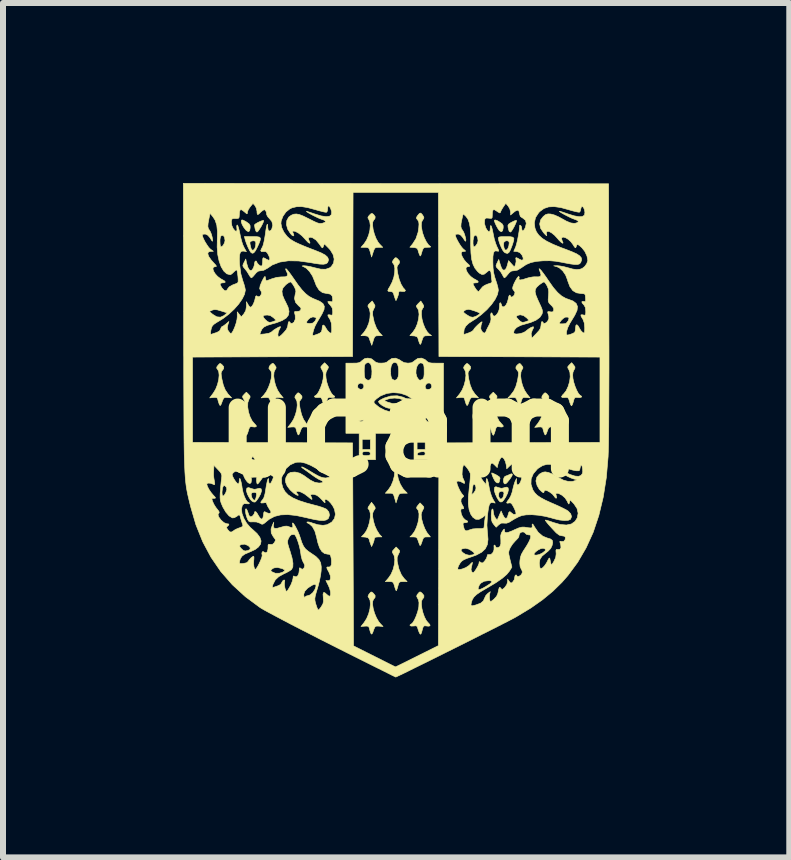
<source format=kicad_pcb>
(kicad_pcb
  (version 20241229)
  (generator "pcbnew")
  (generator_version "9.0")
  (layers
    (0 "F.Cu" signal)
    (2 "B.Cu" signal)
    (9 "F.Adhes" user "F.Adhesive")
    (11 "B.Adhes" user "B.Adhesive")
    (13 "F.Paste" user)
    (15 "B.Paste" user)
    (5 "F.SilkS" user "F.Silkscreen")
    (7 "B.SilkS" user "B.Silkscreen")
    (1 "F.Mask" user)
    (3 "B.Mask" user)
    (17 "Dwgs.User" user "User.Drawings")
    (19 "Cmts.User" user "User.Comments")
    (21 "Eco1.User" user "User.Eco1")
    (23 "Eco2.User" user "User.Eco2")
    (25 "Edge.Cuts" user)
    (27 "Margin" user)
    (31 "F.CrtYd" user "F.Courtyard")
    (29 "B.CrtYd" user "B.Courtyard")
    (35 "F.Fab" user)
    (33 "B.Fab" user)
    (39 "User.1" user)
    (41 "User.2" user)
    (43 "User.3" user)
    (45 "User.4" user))
  (footprint "ucam"
    (layer "F.Cu")
    (at 3.596 4.069)
    (property "Reference" "ucam" (at 0 0 0) (layer "F.SilkS") (effects (font (size 1.524 1.524) (thickness 0.3))))
    (attr through_hole)
    (fp_poly (pts (xy -2.529 0.798) (xy -2.516 0.802) (xy -2.475 0.824) (xy -2.458 0.851) (xy -2.455 0.879) (xy -2.462 0.925) (xy -2.481 0.94) (xy -2.51 0.927) (xy -2.536 0.898) (xy -2.562 0.859) (xy -2.581 0.82) (xy -2.589 0.793) (xy -2.588 0.787) (xy -2.567 0.786) (xy -2.529 0.798)) (stroke (width 0.01) (type solid)) (fill yes) (layer "F.SilkS"))
    (fp_poly (pts (xy -2.586 -3.446) (xy -2.547 -3.425) (xy -2.533 -3.416) (xy -2.494 -3.387) (xy -2.478 -3.359) (xy -2.477 -3.32) (xy -2.486 -3.273) (xy -2.506 -3.258) (xy -2.537 -3.274) (xy -2.552 -3.289) (xy -2.588 -3.337) (xy -2.613 -3.384) (xy -2.625 -3.424) (xy -2.621 -3.45) (xy -2.609 -3.454) (xy -2.586 -3.446)) (stroke (width 0.01) (type solid)) (fill yes) (layer "F.SilkS"))
    (fp_poly (pts (xy 1.639 -3.443) (xy 1.685 -3.416) (xy 1.724 -3.387) (xy 1.74 -3.358) (xy 1.74 -3.32) (xy 1.73 -3.273) (xy 1.709 -3.257) (xy 1.679 -3.273) (xy 1.672 -3.281) (xy 1.651 -3.312) (xy 1.626 -3.357) (xy 1.605 -3.403) (xy 1.593 -3.439) (xy 1.592 -3.445) (xy 1.604 -3.454) (xy 1.639 -3.443)) (stroke (width 0.01) (type solid)) (fill yes) (layer "F.SilkS"))
    (fp_poly (pts (xy 1.893 0.783) (xy 1.887 0.81) (xy 1.856 0.859) (xy 1.842 0.877) (xy 1.806 0.922) (xy 1.783 0.943) (xy 1.766 0.945) (xy 1.755 0.937) (xy 1.744 0.907) (xy 1.746 0.866) (xy 1.759 0.832) (xy 1.774 0.819) (xy 1.815 0.803) (xy 1.833 0.795) (xy 1.875 0.777) (xy 1.893 0.783)) (stroke (width 0.01) (type solid)) (fill yes) (layer "F.SilkS"))
    (fp_poly (pts (xy -2.24 0.785) (xy -2.246 0.801) (xy -2.266 0.834) (xy -2.293 0.874) (xy -2.322 0.913) (xy -2.345 0.941) (xy -2.356 0.948) (xy -2.365 0.933) (xy -2.37 0.896) (xy -2.371 0.885) (xy -2.368 0.842) (xy -2.352 0.819) (xy -2.314 0.803) (xy -2.307 0.801) (xy -2.266 0.79) (xy -2.243 0.785) (xy -2.24 0.785)) (stroke (width 0.01) (type solid)) (fill yes) (layer "F.SilkS"))
    (fp_poly (pts (xy 1.569 0.769) (xy 1.608 0.787) (xy 1.628 0.797) (xy 1.673 0.826) (xy 1.688 0.85) (xy 1.686 0.858) (xy 1.677 0.896) (xy 1.676 0.907) (xy 1.665 0.928) (xy 1.639 0.928) (xy 1.611 0.909) (xy 1.594 0.881) (xy 1.574 0.842) (xy 1.558 0.802) (xy 1.549 0.772) (xy 1.55 0.762) (xy 1.569 0.769)) (stroke (width 0.01) (type solid)) (fill yes) (layer "F.SilkS"))
    (fp_poly (pts (xy 1.962 -3.445) (xy 1.96 -3.426) (xy 1.945 -3.389) (xy 1.923 -3.342) (xy 1.898 -3.298) (xy 1.876 -3.264) (xy 1.862 -3.251) (xy 1.841 -3.263) (xy 1.84 -3.264) (xy 1.832 -3.288) (xy 1.822 -3.327) (xy 1.819 -3.36) (xy 1.83 -3.383) (xy 1.862 -3.405) (xy 1.882 -3.416) (xy 1.925 -3.437) (xy 1.955 -3.446) (xy 1.962 -3.445)) (stroke (width 0.01) (type solid)) (fill yes) (layer "F.SilkS"))
    (fp_poly (pts (xy -2.253 -3.444) (xy -2.255 -3.425) (xy -2.271 -3.388) (xy -2.295 -3.342) (xy -2.323 -3.298) (xy -2.347 -3.264) (xy -2.364 -3.251) (xy -2.38 -3.266) (xy -2.393 -3.302) (xy -2.394 -3.304) (xy -2.401 -3.345) (xy -2.405 -3.37) (xy -2.405 -3.37) (xy -2.391 -3.385) (xy -2.357 -3.406) (xy -2.316 -3.426) (xy -2.278 -3.441) (xy -2.255 -3.445) (xy -2.253 -3.444)) (stroke (width 0.01) (type solid)) (fill yes) (layer "F.SilkS"))
    (fp_poly (pts (xy -2.438 -3.176) (xy -2.368 -3.175) (xy -2.325 -3.168) (xy -2.306 -3.15) (xy -2.309 -3.117) (xy -2.33 -3.061) (xy -2.354 -3.008) (xy -2.388 -2.941) (xy -2.417 -2.905) (xy -2.443 -2.898) (xy -2.469 -2.917) (xy -2.489 -2.95) (xy -2.514 -3.002) (xy -2.538 -3.061) (xy -2.546 -3.083) (xy -2.48 -3.083) (xy -2.48 -3.055) (xy -2.469 -3.005) (xy -2.461 -2.975) (xy -2.444 -2.95) (xy -2.422 -2.951) (xy -2.4 -2.976) (xy -2.386 -3.018) (xy -2.382 -3.072) (xy -2.393 -3.1) (xy -2.423 -3.107) (xy -2.443 -3.104) (xy -2.468 -3.097) (xy -2.48 -3.083) (xy -2.546 -3.083) (xy -2.557 -3.116) (xy -2.562 -3.134) (xy -2.573 -3.177) (xy -2.438 -3.176)) (stroke (width 0.01) (type solid)) (fill yes) (layer "F.SilkS"))
    (fp_poly (pts (xy 1.657 1.006) (xy 1.708 1.019) (xy 1.736 1.015) (xy 1.778 1.003) (xy 1.799 1) (xy 1.822 1.012) (xy 1.827 1.046) (xy 1.815 1.097) (xy 1.786 1.157) (xy 1.781 1.167) (xy 1.746 1.219) (xy 1.72 1.244) (xy 1.697 1.247) (xy 1.683 1.24) (xy 1.66 1.213) (xy 1.633 1.166) (xy 1.612 1.118) (xy 1.662 1.118) (xy 1.667 1.161) (xy 1.685 1.194) (xy 1.71 1.197) (xy 1.734 1.174) (xy 1.746 1.144) (xy 1.754 1.097) (xy 1.74 1.073) (xy 1.709 1.067) (xy 1.675 1.08) (xy 1.662 1.118) (xy 1.612 1.118) (xy 1.609 1.112) (xy 1.594 1.064) (xy 1.592 1.045) (xy 1.597 1.004) (xy 1.618 0.992) (xy 1.657 1.006)) (stroke (width 0.01) (type solid)) (fill yes) (layer "F.SilkS"))
    (fp_poly (pts (xy -2.46 1.022) (xy -2.408 1.036) (xy -2.379 1.032) (xy -2.325 1.018) (xy -2.294 1.028) (xy -2.287 1.06) (xy -2.303 1.113) (xy -2.336 1.174) (xy -2.369 1.222) (xy -2.391 1.246) (xy -2.413 1.249) (xy -2.44 1.236) (xy -2.443 1.235) (xy -2.472 1.206) (xy -2.502 1.157) (xy -2.52 1.12) (xy -2.46 1.12) (xy -2.459 1.133) (xy -2.447 1.177) (xy -2.424 1.21) (xy -2.404 1.219) (xy -2.391 1.205) (xy -2.381 1.181) (xy -2.37 1.126) (xy -2.376 1.096) (xy -2.401 1.086) (xy -2.417 1.087) (xy -2.451 1.096) (xy -2.46 1.12) (xy -2.52 1.12) (xy -2.527 1.103) (xy -2.54 1.058) (xy -2.54 1.052) (xy -2.531 1.015) (xy -2.502 1.007) (xy -2.46 1.022)) (stroke (width 0.01) (type solid)) (fill yes) (layer "F.SilkS"))
    (fp_poly (pts (xy -0.008 0.559) (xy 0.012 0.585) (xy 0.013 0.607) (xy -0.005 0.641) (xy -0.006 0.644) (xy -0.025 0.704) (xy -0.024 0.782) (xy -0.007 0.867) (xy 0.025 0.95) (xy 0.068 1.022) (xy 0.089 1.046) (xy 0.142 1.101) (xy 0.074 1.101) (xy 0.033 1.103) (xy 0.009 1.114) (xy -0.007 1.143) (xy -0.02 1.181) (xy -0.046 1.262) (xy -0.069 1.181) (xy -0.084 1.133) (xy -0.1 1.109) (xy -0.126 1.101) (xy -0.158 1.101) (xy -0.224 1.101) (xy -0.172 1.041) (xy -0.129 0.977) (xy -0.096 0.898) (xy -0.074 0.814) (xy -0.067 0.734) (xy -0.076 0.668) (xy -0.089 0.64) (xy -0.106 0.608) (xy -0.102 0.586) (xy -0.078 0.561) (xy -0.04 0.524) (xy -0.008 0.559)) (stroke (width 0.01) (type solid)) (fill yes) (layer "F.SilkS"))
    (fp_poly (pts (xy 0.075 -0.499) (xy 0.135 -0.468) (xy 0.176 -0.437) (xy 0.19 -0.411) (xy 0.176 -0.387) (xy 0.132 -0.358) (xy 0.095 -0.34) (xy 0.011 -0.313) (xy -0.085 -0.306) (xy -0.178 -0.318) (xy -0.22 -0.332) (xy -0.276 -0.361) (xy -0.318 -0.394) (xy -0.338 -0.422) (xy -0.339 -0.427) (xy -0.324 -0.441) (xy -0.321 -0.444) (xy -0.246 -0.444) (xy -0.186 -0.417) (xy -0.102 -0.393) (xy -0.02 -0.399) (xy 0.03 -0.416) (xy 0.068 -0.434) (xy 0.078 -0.447) (xy 0.065 -0.458) (xy 0.005 -0.478) (xy -0.07 -0.485) (xy -0.145 -0.478) (xy -0.178 -0.469) (xy -0.246 -0.444) (xy -0.321 -0.444) (xy -0.288 -0.464) (xy -0.244 -0.485) (xy -0.136 -0.519) (xy -0.027 -0.523) (xy 0.075 -0.499)) (stroke (width 0.01) (type solid)) (fill yes) (layer "F.SilkS"))
    (fp_poly (pts (xy -0.42 -3.545) (xy -0.393 -3.507) (xy -0.398 -3.473) (xy -0.417 -3.453) (xy -0.434 -3.419) (xy -0.436 -3.363) (xy -0.427 -3.293) (xy -0.407 -3.218) (xy -0.379 -3.145) (xy -0.345 -3.083) (xy -0.319 -3.051) (xy -0.267 -2.997) (xy -0.334 -2.997) (xy -0.374 -2.995) (xy -0.397 -2.984) (xy -0.414 -2.955) (xy -0.427 -2.917) (xy -0.453 -2.836) (xy -0.475 -2.917) (xy -0.49 -2.965) (xy -0.506 -2.988) (xy -0.533 -2.996) (xy -0.564 -2.997) (xy -0.63 -2.997) (xy -0.578 -3.056) (xy -0.536 -3.12) (xy -0.503 -3.198) (xy -0.482 -3.281) (xy -0.475 -3.361) (xy -0.484 -3.427) (xy -0.5 -3.462) (xy -0.515 -3.488) (xy -0.508 -3.51) (xy -0.488 -3.534) (xy -0.461 -3.559) (xy -0.442 -3.561) (xy -0.42 -3.545)) (stroke (width 0.01) (type solid)) (fill yes) (layer "F.SilkS"))
    (fp_poly (pts (xy -0.415 -2.06) (xy -0.397 -2.027) (xy -0.4 -2.001) (xy -0.416 -1.974) (xy -0.435 -1.928) (xy -0.435 -1.871) (xy -0.433 -1.858) (xy -0.409 -1.747) (xy -0.372 -1.651) (xy -0.327 -1.581) (xy -0.322 -1.575) (xy -0.274 -1.524) (xy -0.337 -1.524) (xy -0.376 -1.522) (xy -0.398 -1.51) (xy -0.414 -1.479) (xy -0.425 -1.444) (xy -0.45 -1.364) (xy -0.469 -1.415) (xy -0.486 -1.46) (xy -0.497 -1.494) (xy -0.518 -1.516) (xy -0.563 -1.524) (xy -0.568 -1.524) (xy -0.63 -1.524) (xy -0.578 -1.583) (xy -0.534 -1.65) (xy -0.5 -1.731) (xy -0.481 -1.817) (xy -0.476 -1.898) (xy -0.488 -1.965) (xy -0.5 -1.987) (xy -0.515 -2.016) (xy -0.509 -2.038) (xy -0.484 -2.065) (xy -0.443 -2.103) (xy -0.415 -2.06)) (stroke (width 0.01) (type solid)) (fill yes) (layer "F.SilkS"))
    (fp_poly (pts (xy 1.791 -3.175) (xy 1.859 -3.174) (xy 1.9 -3.166) (xy 1.918 -3.148) (xy 1.915 -3.111) (xy 1.897 -3.051) (xy 1.887 -3.023) (xy 1.86 -2.954) (xy 1.838 -2.914) (xy 1.815 -2.897) (xy 1.805 -2.896) (xy 1.775 -2.905) (xy 1.757 -2.917) (xy 1.735 -2.945) (xy 1.709 -2.994) (xy 1.688 -3.044) (xy 1.744 -3.044) (xy 1.755 -2.984) (xy 1.772 -2.953) (xy 1.795 -2.952) (xy 1.818 -2.977) (xy 1.834 -3.02) (xy 1.841 -3.075) (xy 1.828 -3.103) (xy 1.794 -3.107) (xy 1.782 -3.105) (xy 1.753 -3.085) (xy 1.744 -3.044) (xy 1.688 -3.044) (xy 1.685 -3.052) (xy 1.667 -3.107) (xy 1.659 -3.147) (xy 1.663 -3.162) (xy 1.68 -3.171) (xy 1.715 -3.175) (xy 1.777 -3.175) (xy 1.791 -3.175)) (stroke (width 0.01) (type solid)) (fill yes) (layer "F.SilkS"))
    (fp_poly (pts (xy -2.089 -1.06) (xy -2.066 -1.033) (xy -2.045 -1.001) (xy -2.047 -0.979) (xy -2.058 -0.964) (xy -2.079 -0.919) (xy -2.084 -0.853) (xy -2.074 -0.775) (xy -2.052 -0.692) (xy -2.019 -0.615) (xy -1.98 -0.555) (xy -1.926 -0.488) (xy -1.991 -0.494) (xy -2.034 -0.495) (xy -2.055 -0.483) (xy -2.068 -0.45) (xy -2.07 -0.44) (xy -2.087 -0.388) (xy -2.103 -0.369) (xy -2.12 -0.383) (xy -2.137 -0.426) (xy -2.154 -0.471) (xy -2.171 -0.491) (xy -2.201 -0.495) (xy -2.228 -0.494) (xy -2.294 -0.488) (xy -2.249 -0.536) (xy -2.207 -0.592) (xy -2.172 -0.662) (xy -2.144 -0.738) (xy -2.126 -0.813) (xy -2.12 -0.879) (xy -2.127 -0.928) (xy -2.141 -0.947) (xy -2.165 -0.98) (xy -2.157 -1.015) (xy -2.132 -1.043) (xy -2.107 -1.063) (xy -2.089 -1.06)) (stroke (width 0.01) (type solid)) (fill yes) (layer "F.SilkS"))
    (fp_poly (pts (xy -0.425 2.767) (xy -0.394 2.806) (xy -0.396 2.84) (xy -0.416 2.863) (xy -0.434 2.898) (xy -0.437 2.954) (xy -0.426 3.024) (xy -0.404 3.101) (xy -0.373 3.175) (xy -0.335 3.241) (xy -0.308 3.274) (xy -0.262 3.322) (xy -0.329 3.316) (xy -0.371 3.315) (xy -0.395 3.327) (xy -0.411 3.359) (xy -0.418 3.377) (xy -0.436 3.428) (xy -0.45 3.449) (xy -0.461 3.443) (xy -0.472 3.419) (xy -0.486 3.373) (xy -0.493 3.344) (xy -0.504 3.322) (xy -0.529 3.315) (xy -0.565 3.316) (xy -0.63 3.322) (xy -0.577 3.255) (xy -0.535 3.189) (xy -0.502 3.11) (xy -0.481 3.028) (xy -0.473 2.951) (xy -0.479 2.886) (xy -0.498 2.846) (xy -0.513 2.823) (xy -0.506 2.799) (xy -0.491 2.777) (xy -0.468 2.75) (xy -0.45 2.747) (xy -0.425 2.767)) (stroke (width 0.01) (type solid)) (fill yes) (layer "F.SilkS"))
    (fp_poly (pts (xy -0.422 1.293) (xy -0.396 1.331) (xy -0.393 1.357) (xy -0.412 1.385) (xy -0.418 1.392) (xy -0.434 1.432) (xy -0.435 1.493) (xy -0.422 1.566) (xy -0.399 1.644) (xy -0.366 1.717) (xy -0.327 1.779) (xy -0.317 1.791) (xy -0.282 1.829) (xy -0.344 1.829) (xy -0.387 1.833) (xy -0.405 1.848) (xy -0.407 1.858) (xy -0.414 1.895) (xy -0.43 1.939) (xy -0.453 1.99) (xy -0.47 1.947) (xy -0.486 1.901) (xy -0.493 1.871) (xy -0.509 1.846) (xy -0.547 1.834) (xy -0.561 1.832) (xy -0.622 1.827) (xy -0.576 1.779) (xy -0.539 1.726) (xy -0.509 1.657) (xy -0.487 1.58) (xy -0.475 1.504) (xy -0.475 1.438) (xy -0.487 1.388) (xy -0.499 1.372) (xy -0.514 1.354) (xy -0.509 1.332) (xy -0.489 1.302) (xy -0.454 1.252) (xy -0.422 1.293)) (stroke (width 0.01) (type solid)) (fill yes) (layer "F.SilkS"))
    (fp_poly (pts (xy -0.01 2.032) (xy 0.012 2.056) (xy 0.014 2.077) (xy -0.002 2.11) (xy -0.006 2.117) (xy -0.027 2.17) (xy -0.027 2.23) (xy -0.026 2.24) (xy 0.002 2.363) (xy 0.043 2.46) (xy 0.087 2.52) (xy 0.139 2.574) (xy 0.072 2.574) (xy 0.03 2.576) (xy 0.007 2.587) (xy -0.006 2.617) (xy -0.015 2.65) (xy -0.028 2.695) (xy -0.039 2.722) (xy -0.043 2.726) (xy -0.051 2.712) (xy -0.064 2.674) (xy -0.071 2.65) (xy -0.085 2.604) (xy -0.102 2.581) (xy -0.13 2.574) (xy -0.158 2.574) (xy -0.224 2.574) (xy -0.173 2.516) (xy -0.128 2.45) (xy -0.094 2.37) (xy -0.073 2.286) (xy -0.066 2.207) (xy -0.077 2.142) (xy -0.09 2.117) (xy -0.107 2.086) (xy -0.104 2.064) (xy -0.081 2.037) (xy -0.044 1.997) (xy -0.01 2.032)) (stroke (width 0.01) (type solid)) (fill yes) (layer "F.SilkS"))
    (fp_poly (pts (xy 0.397 -2.057) (xy 0.415 -2.024) (xy 0.415 -2.003) (xy 0.397 -1.98) (xy 0.379 -1.938) (xy 0.377 -1.876) (xy 0.387 -1.801) (xy 0.408 -1.722) (xy 0.438 -1.649) (xy 0.475 -1.588) (xy 0.504 -1.557) (xy 0.546 -1.524) (xy 0.479 -1.524) (xy 0.439 -1.522) (xy 0.415 -1.511) (xy 0.399 -1.482) (xy 0.386 -1.444) (xy 0.371 -1.397) (xy 0.36 -1.379) (xy 0.352 -1.386) (xy 0.343 -1.405) (xy 0.327 -1.451) (xy 0.319 -1.482) (xy 0.305 -1.506) (xy 0.269 -1.519) (xy 0.249 -1.521) (xy 0.185 -1.526) (xy 0.236 -1.584) (xy 0.278 -1.647) (xy 0.31 -1.723) (xy 0.33 -1.804) (xy 0.338 -1.881) (xy 0.33 -1.946) (xy 0.31 -1.985) (xy 0.293 -2.008) (xy 0.296 -2.027) (xy 0.321 -2.056) (xy 0.324 -2.059) (xy 0.367 -2.102) (xy 0.397 -2.057)) (stroke (width 0.01) (type solid)) (fill yes) (layer "F.SilkS"))
    (fp_poly (pts (xy 2.024 -1.057) (xy 2.047 -1.031) (xy 2.068 -1) (xy 2.067 -0.978) (xy 2.056 -0.964) (xy 2.036 -0.919) (xy 2.031 -0.853) (xy 2.041 -0.774) (xy 2.063 -0.692) (xy 2.096 -0.615) (xy 2.135 -0.555) (xy 2.188 -0.488) (xy 2.124 -0.494) (xy 2.081 -0.495) (xy 2.06 -0.483) (xy 2.047 -0.45) (xy 2.044 -0.44) (xy 2.028 -0.388) (xy 2.012 -0.369) (xy 1.995 -0.383) (xy 1.978 -0.426) (xy 1.961 -0.471) (xy 1.943 -0.491) (xy 1.914 -0.495) (xy 1.887 -0.494) (xy 1.82 -0.488) (xy 1.865 -0.536) (xy 1.915 -0.601) (xy 1.951 -0.677) (xy 1.978 -0.773) (xy 1.983 -0.801) (xy 1.993 -0.863) (xy 1.996 -0.902) (xy 1.989 -0.927) (xy 1.976 -0.945) (xy 1.951 -0.982) (xy 1.956 -1.013) (xy 1.981 -1.041) (xy 2.006 -1.06) (xy 2.024 -1.057)) (stroke (width 0.01) (type solid)) (fill yes) (layer "F.SilkS"))
    (fp_poly (pts (xy 2.471 -0.552) (xy 2.501 -0.513) (xy 2.5 -0.479) (xy 2.479 -0.456) (xy 2.462 -0.421) (xy 2.459 -0.365) (xy 2.47 -0.295) (xy 2.492 -0.218) (xy 2.523 -0.144) (xy 2.561 -0.078) (xy 2.587 -0.045) (xy 2.633 0.003) (xy 2.567 -0.003) (xy 2.524 -0.004) (xy 2.501 0.008) (xy 2.484 0.04) (xy 2.478 0.058) (xy 2.459 0.109) (xy 2.446 0.13) (xy 2.435 0.124) (xy 2.424 0.1) (xy 2.409 0.054) (xy 2.402 0.025) (xy 2.392 0.004) (xy 2.366 -0.004) (xy 2.33 -0.003) (xy 2.265 0.003) (xy 2.319 -0.064) (xy 2.361 -0.13) (xy 2.393 -0.209) (xy 2.414 -0.291) (xy 2.423 -0.368) (xy 2.417 -0.433) (xy 2.397 -0.473) (xy 2.383 -0.496) (xy 2.389 -0.52) (xy 2.404 -0.542) (xy 2.428 -0.569) (xy 2.445 -0.572) (xy 2.471 -0.552)) (stroke (width 0.01) (type solid)) (fill yes) (layer "F.SilkS"))
    (fp_poly (pts (xy -2.946 -1.041) (xy -2.917 -1.007) (xy -2.919 -0.975) (xy -2.941 -0.945) (xy -2.955 -0.924) (xy -2.961 -0.899) (xy -2.958 -0.858) (xy -2.948 -0.801) (xy -2.924 -0.699) (xy -2.891 -0.619) (xy -2.845 -0.552) (xy -2.83 -0.536) (xy -2.786 -0.488) (xy -2.852 -0.494) (xy -2.894 -0.495) (xy -2.918 -0.483) (xy -2.934 -0.451) (xy -2.941 -0.433) (xy -2.96 -0.382) (xy -2.973 -0.361) (xy -2.984 -0.367) (xy -2.995 -0.391) (xy -3.01 -0.437) (xy -3.017 -0.466) (xy -3.027 -0.488) (xy -3.053 -0.495) (xy -3.087 -0.494) (xy -3.151 -0.488) (xy -3.093 -0.565) (xy -3.052 -0.632) (xy -3.021 -0.711) (xy -3.001 -0.792) (xy -2.994 -0.867) (xy -3.001 -0.928) (xy -3.018 -0.96) (xy -3.035 -0.984) (xy -3.031 -1.006) (xy -3.012 -1.031) (xy -2.988 -1.058) (xy -2.97 -1.06) (xy -2.946 -1.041)) (stroke (width 0.01) (type solid)) (fill yes) (layer "F.SilkS"))
    (fp_poly (pts (xy -1.644 -0.552) (xy -1.614 -0.517) (xy -1.614 -0.486) (xy -1.637 -0.454) (xy -1.652 -0.433) (xy -1.657 -0.408) (xy -1.654 -0.367) (xy -1.645 -0.31) (xy -1.62 -0.208) (xy -1.587 -0.128) (xy -1.541 -0.061) (xy -1.526 -0.045) (xy -1.482 0.003) (xy -1.548 -0.003) (xy -1.591 -0.004) (xy -1.614 0.008) (xy -1.63 0.04) (xy -1.637 0.058) (xy -1.656 0.109) (xy -1.669 0.13) (xy -1.68 0.124) (xy -1.691 0.1) (xy -1.706 0.054) (xy -1.713 0.025) (xy -1.723 0.004) (xy -1.748 -0.004) (xy -1.784 -0.003) (xy -1.85 0.003) (xy -1.796 -0.064) (xy -1.754 -0.13) (xy -1.722 -0.209) (xy -1.7 -0.291) (xy -1.692 -0.368) (xy -1.698 -0.433) (xy -1.718 -0.473) (xy -1.732 -0.496) (xy -1.726 -0.52) (xy -1.71 -0.542) (xy -1.687 -0.569) (xy -1.67 -0.572) (xy -1.644 -0.552)) (stroke (width 0.01) (type solid)) (fill yes) (layer "F.SilkS"))
    (fp_poly (pts (xy 0.391 1.299) (xy 0.416 1.327) (xy 0.417 1.349) (xy 0.401 1.378) (xy 0.38 1.423) (xy 0.373 1.461) (xy 0.381 1.53) (xy 0.403 1.612) (xy 0.434 1.692) (xy 0.468 1.755) (xy 0.476 1.765) (xy 0.527 1.829) (xy 0.469 1.829) (xy 0.434 1.831) (xy 0.413 1.845) (xy 0.397 1.878) (xy 0.387 1.909) (xy 0.372 1.951) (xy 0.358 1.973) (xy 0.353 1.972) (xy 0.342 1.946) (xy 0.326 1.903) (xy 0.323 1.892) (xy 0.306 1.851) (xy 0.284 1.833) (xy 0.245 1.829) (xy 0.244 1.829) (xy 0.186 1.829) (xy 0.222 1.793) (xy 0.262 1.739) (xy 0.295 1.669) (xy 0.32 1.59) (xy 0.335 1.511) (xy 0.337 1.442) (xy 0.325 1.389) (xy 0.315 1.374) (xy 0.297 1.35) (xy 0.301 1.328) (xy 0.32 1.302) (xy 0.354 1.262) (xy 0.391 1.299)) (stroke (width 0.01) (type solid)) (fill yes) (layer "F.SilkS"))
    (fp_poly (pts (xy 1.169 -1.041) (xy 1.197 -1.007) (xy 1.196 -0.975) (xy 1.174 -0.945) (xy 1.159 -0.924) (xy 1.154 -0.899) (xy 1.157 -0.858) (xy 1.166 -0.801) (xy 1.191 -0.699) (xy 1.224 -0.619) (xy 1.27 -0.552) (xy 1.285 -0.536) (xy 1.329 -0.488) (xy 1.263 -0.494) (xy 1.22 -0.495) (xy 1.197 -0.483) (xy 1.181 -0.451) (xy 1.174 -0.433) (xy 1.155 -0.382) (xy 1.142 -0.361) (xy 1.131 -0.367) (xy 1.12 -0.391) (xy 1.105 -0.437) (xy 1.098 -0.466) (xy 1.088 -0.488) (xy 1.062 -0.495) (xy 1.027 -0.494) (xy 0.961 -0.488) (xy 1.015 -0.555) (xy 1.057 -0.621) (xy 1.089 -0.7) (xy 1.11 -0.782) (xy 1.119 -0.859) (xy 1.113 -0.924) (xy 1.094 -0.964) (xy 1.08 -0.987) (xy 1.087 -1.01) (xy 1.102 -1.031) (xy 1.127 -1.058) (xy 1.145 -1.06) (xy 1.169 -1.041)) (stroke (width 0.01) (type solid)) (fill yes) (layer "F.SilkS"))
    (fp_poly (pts (xy -0.018 -2.804) (xy 0.011 -2.769) (xy 0.012 -2.738) (xy -0.01 -2.707) (xy -0.024 -2.687) (xy -0.03 -2.66) (xy -0.026 -2.617) (xy -0.018 -2.564) (xy 0.006 -2.465) (xy 0.038 -2.382) (xy 0.075 -2.321) (xy 0.092 -2.304) (xy 0.111 -2.279) (xy 0.1 -2.263) (xy 0.064 -2.261) (xy 0.05 -2.263) (xy 0.014 -2.267) (xy 0.001 -2.254) (xy -0.001 -2.242) (xy -0.008 -2.204) (xy -0.024 -2.159) (xy -0.047 -2.108) (xy -0.064 -2.151) (xy -0.079 -2.196) (xy -0.087 -2.227) (xy -0.105 -2.254) (xy -0.14 -2.261) (xy -0.172 -2.263) (xy -0.183 -2.276) (xy -0.173 -2.304) (xy -0.145 -2.35) (xy -0.109 -2.421) (xy -0.082 -2.5) (xy -0.068 -2.58) (xy -0.066 -2.651) (xy -0.078 -2.705) (xy -0.089 -2.721) (xy -0.106 -2.746) (xy -0.103 -2.767) (xy -0.085 -2.794) (xy -0.061 -2.822) (xy -0.044 -2.824) (xy -0.018 -2.804)) (stroke (width 0.01) (type solid)) (fill yes) (layer "F.SilkS"))
    (fp_poly (pts (xy 0.391 -3.543) (xy 0.4 -3.53) (xy 0.418 -3.498) (xy 0.415 -3.476) (xy 0.4 -3.457) (xy 0.379 -3.415) (xy 0.375 -3.354) (xy 0.389 -3.27) (xy 0.396 -3.239) (xy 0.424 -3.16) (xy 0.459 -3.089) (xy 0.497 -3.036) (xy 0.522 -3.015) (xy 0.533 -3.004) (xy 0.516 -2.999) (xy 0.479 -2.998) (xy 0.437 -2.996) (xy 0.413 -2.985) (xy 0.397 -2.957) (xy 0.384 -2.917) (xy 0.37 -2.87) (xy 0.36 -2.853) (xy 0.352 -2.86) (xy 0.343 -2.879) (xy 0.327 -2.924) (xy 0.319 -2.955) (xy 0.305 -2.98) (xy 0.269 -2.992) (xy 0.249 -2.994) (xy 0.185 -2.999) (xy 0.229 -3.051) (xy 0.286 -3.141) (xy 0.322 -3.249) (xy 0.333 -3.323) (xy 0.337 -3.384) (xy 0.332 -3.423) (xy 0.317 -3.45) (xy 0.314 -3.454) (xy 0.295 -3.478) (xy 0.297 -3.5) (xy 0.316 -3.529) (xy 0.345 -3.563) (xy 0.367 -3.568) (xy 0.391 -3.543)) (stroke (width 0.01) (type solid)) (fill yes) (layer "F.SilkS"))
    (fp_poly (pts (xy -2.503 -0.547) (xy -2.48 -0.52) (xy -2.478 -0.498) (xy -2.496 -0.465) (xy -2.497 -0.464) (xy -2.516 -0.409) (xy -2.518 -0.336) (xy -2.505 -0.254) (xy -2.479 -0.173) (xy -2.443 -0.103) (xy -2.407 -0.061) (xy -2.376 -0.027) (xy -2.376 -0.007) (xy -2.406 -0.002) (xy -2.428 -0.005) (xy -2.464 -0.009) (xy -2.484 0.000384) (xy -2.498 0.03) (xy -2.507 0.061) (xy -2.521 0.105) (xy -2.535 0.132) (xy -2.54 0.135) (xy -2.551 0.121) (xy -2.565 0.083) (xy -2.572 0.06) (xy -2.585 0.015) (xy -2.599 -0.006) (xy -2.624 -0.009) (xy -2.65 -0.005) (xy -2.693 -0.001) (xy -2.707 -0.011) (xy -2.691 -0.036) (xy -2.673 -0.056) (xy -2.628 -0.118) (xy -2.593 -0.196) (xy -2.57 -0.28) (xy -2.561 -0.361) (xy -2.568 -0.43) (xy -2.583 -0.464) (xy -2.602 -0.497) (xy -2.601 -0.519) (xy -2.577 -0.546) (xy -2.577 -0.547) (xy -2.54 -0.583) (xy -2.503 -0.547)) (stroke (width 0.01) (type solid)) (fill yes) (layer "F.SilkS"))
    (fp_poly (pts (xy 1.611 -0.547) (xy 1.635 -0.52) (xy 1.637 -0.498) (xy 1.618 -0.465) (xy 1.618 -0.464) (xy 1.599 -0.409) (xy 1.597 -0.336) (xy 1.61 -0.254) (xy 1.636 -0.173) (xy 1.672 -0.103) (xy 1.708 -0.061) (xy 1.739 -0.027) (xy 1.739 -0.007) (xy 1.708 -0.002) (xy 1.685 -0.005) (xy 1.648 -0.009) (xy 1.628 -0.001) (xy 1.615 0.028) (xy 1.607 0.06) (xy 1.593 0.105) (xy 1.58 0.132) (xy 1.575 0.135) (xy 1.563 0.121) (xy 1.548 0.083) (xy 1.541 0.061) (xy 1.527 0.015) (xy 1.512 -0.005) (xy 1.487 -0.008) (xy 1.463 -0.005) (xy 1.42 -0.003) (xy 1.407 -0.017) (xy 1.425 -0.045) (xy 1.442 -0.061) (xy 1.485 -0.115) (xy 1.519 -0.188) (xy 1.543 -0.269) (xy 1.553 -0.35) (xy 1.548 -0.421) (xy 1.532 -0.464) (xy 1.513 -0.497) (xy 1.514 -0.519) (xy 1.537 -0.546) (xy 1.538 -0.547) (xy 1.575 -0.583) (xy 1.611 -0.547)) (stroke (width 0.01) (type solid)) (fill yes) (layer "F.SilkS"))
    (fp_poly (pts (xy 0.388 2.767) (xy 0.419 2.806) (xy 0.417 2.84) (xy 0.396 2.863) (xy 0.38 2.897) (xy 0.377 2.952) (xy 0.385 3.021) (xy 0.403 3.094) (xy 0.428 3.164) (xy 0.459 3.223) (xy 0.483 3.252) (xy 0.517 3.289) (xy 0.521 3.311) (xy 0.494 3.317) (xy 0.467 3.314) (xy 0.432 3.31) (xy 0.412 3.319) (xy 0.399 3.348) (xy 0.391 3.38) (xy 0.377 3.43) (xy 0.365 3.451) (xy 0.353 3.444) (xy 0.342 3.425) (xy 0.326 3.385) (xy 0.316 3.35) (xy 0.305 3.32) (xy 0.284 3.31) (xy 0.245 3.314) (xy 0.206 3.315) (xy 0.186 3.305) (xy 0.191 3.29) (xy 0.21 3.28) (xy 0.235 3.256) (xy 0.263 3.209) (xy 0.291 3.146) (xy 0.315 3.077) (xy 0.331 3.012) (xy 0.334 2.991) (xy 0.337 2.924) (xy 0.328 2.879) (xy 0.316 2.855) (xy 0.299 2.823) (xy 0.303 2.798) (xy 0.321 2.774) (xy 0.344 2.748) (xy 0.363 2.747) (xy 0.388 2.767)) (stroke (width 0.01) (type solid)) (fill yes) (layer "F.SilkS"))
    (fp_poly (pts (xy 2.914 -1.035) (xy 2.936 -1.004) (xy 2.935 -0.98) (xy 2.919 -0.952) (xy 2.903 -0.915) (xy 2.898 -0.867) (xy 2.902 -0.815) (xy 2.915 -0.751) (xy 2.937 -0.682) (xy 2.964 -0.617) (xy 2.992 -0.564) (xy 3.018 -0.534) (xy 3.024 -0.53) (xy 3.048 -0.514) (xy 3.043 -0.5) (xy 3.014 -0.493) (xy 2.988 -0.494) (xy 2.951 -0.497) (xy 2.93 -0.487) (xy 2.917 -0.456) (xy 2.91 -0.428) (xy 2.896 -0.385) (xy 2.883 -0.359) (xy 2.879 -0.356) (xy 2.867 -0.37) (xy 2.852 -0.407) (xy 2.846 -0.428) (xy 2.831 -0.473) (xy 2.815 -0.493) (xy 2.788 -0.496) (xy 2.767 -0.494) (xy 2.724 -0.494) (xy 2.711 -0.508) (xy 2.73 -0.537) (xy 2.746 -0.552) (xy 2.789 -0.606) (xy 2.823 -0.679) (xy 2.847 -0.76) (xy 2.857 -0.841) (xy 2.852 -0.912) (xy 2.836 -0.955) (xy 2.817 -0.988) (xy 2.818 -1.01) (xy 2.842 -1.037) (xy 2.843 -1.038) (xy 2.881 -1.075) (xy 2.914 -1.035)) (stroke (width 0.01) (type solid)) (fill yes) (layer "F.SilkS"))
    (fp_poly (pts (xy -1.2 -1.038) (xy -1.176 -1.011) (xy -1.174 -0.989) (xy -1.193 -0.956) (xy -1.193 -0.955) (xy -1.211 -0.918) (xy -1.217 -0.874) (xy -1.212 -0.815) (xy -1.2 -0.751) (xy -1.178 -0.682) (xy -1.151 -0.617) (xy -1.122 -0.564) (xy -1.096 -0.534) (xy -1.09 -0.53) (xy -1.067 -0.514) (xy -1.072 -0.5) (xy -1.101 -0.493) (xy -1.125 -0.494) (xy -1.161 -0.496) (xy -1.182 -0.485) (xy -1.196 -0.454) (xy -1.203 -0.428) (xy -1.218 -0.385) (xy -1.232 -0.359) (xy -1.236 -0.356) (xy -1.248 -0.37) (xy -1.263 -0.407) (xy -1.269 -0.428) (xy -1.283 -0.473) (xy -1.299 -0.493) (xy -1.327 -0.496) (xy -1.347 -0.494) (xy -1.387 -0.495) (xy -1.406 -0.506) (xy -1.398 -0.522) (xy -1.382 -0.53) (xy -1.357 -0.554) (xy -1.329 -0.601) (xy -1.301 -0.664) (xy -1.277 -0.733) (xy -1.262 -0.799) (xy -1.26 -0.815) (xy -1.256 -0.878) (xy -1.262 -0.921) (xy -1.279 -0.955) (xy -1.298 -0.988) (xy -1.297 -1.01) (xy -1.273 -1.037) (xy -1.236 -1.074) (xy -1.2 -1.038)) (stroke (width 0.01) (type solid)) (fill yes) (layer "F.SilkS"))
    (fp_poly (pts (xy -0.455 -1.139) (xy -0.416 -1.109) (xy -0.383 -1.082) (xy -0.342 -1.069) (xy -0.293 -1.067) (xy -0.235 -1.071) (xy -0.196 -1.086) (xy -0.169 -1.109) (xy -0.115 -1.145) (xy -0.053 -1.15) (xy 0.01 -1.124) (xy 0.031 -1.109) (xy 0.087 -1.076) (xy 0.153 -1.067) (xy 0.211 -1.073) (xy 0.252 -1.097) (xy 0.264 -1.109) (xy 0.317 -1.145) (xy 0.378 -1.151) (xy 0.436 -1.128) (xy 0.457 -1.109) (xy 0.482 -1.087) (xy 0.51 -1.074) (xy 0.552 -1.068) (xy 0.617 -1.067) (xy 0.621 -1.067) (xy 0.745 -1.067) (xy 0.745 0.102) (xy 0.525 0.102) (xy 0.525 0.542) (xy 0.254 0.542) (xy 0.254 0.445) (xy 0.308 0.445) (xy 0.31 0.464) (xy 0.332 0.472) (xy 0.371 0.474) (xy 0.416 0.471) (xy 0.436 0.461) (xy 0.44 0.439) (xy 0.435 0.417) (xy 0.415 0.408) (xy 0.377 0.41) (xy 0.329 0.42) (xy 0.308 0.442) (xy 0.308 0.445) (xy 0.254 0.445) (xy 0.254 0.203) (xy 0.305 0.203) (xy 0.305 0.373) (xy 0.44 0.373) (xy 0.44 0.203) (xy 0.305 0.203) (xy 0.254 0.203) (xy 0.254 0.102) (xy -0.389 0.102) (xy -0.389 0.542) (xy -0.66 0.542) (xy -0.66 0.44) (xy -0.61 0.44) (xy -0.604 0.462) (xy -0.581 0.472) (xy -0.542 0.474) (xy -0.498 0.471) (xy -0.478 0.46) (xy -0.474 0.44) (xy -0.48 0.418) (xy -0.503 0.408) (xy -0.542 0.406) (xy -0.586 0.409) (xy -0.606 0.421) (xy -0.61 0.44) (xy -0.66 0.44) (xy -0.66 0.203) (xy -0.61 0.203) (xy -0.61 0.373) (xy -0.474 0.373) (xy -0.474 0.203) (xy -0.61 0.203) (xy -0.66 0.203) (xy -0.66 0.102) (xy -0.881 0.102) (xy -0.881 -0.163) (xy -0.686 -0.163) (xy -0.684 -0.131) (xy -0.668 -0.111) (xy -0.633 -0.09) (xy -0.603 -0.102) (xy -0.586 -0.123) (xy -0.58 -0.157) (xy -0.583 -0.161) (xy 0.446 -0.161) (xy 0.448 -0.13) (xy 0.467 -0.099) (xy 0.492 -0.085) (xy 0.514 -0.095) (xy 0.532 -0.111) (xy 0.556 -0.143) (xy 0.55 -0.17) (xy 0.534 -0.186) (xy 0.497 -0.199) (xy 0.461 -0.184) (xy 0.446 -0.161) (xy -0.583 -0.161) (xy -0.598 -0.185) (xy -0.629 -0.2) (xy -0.655 -0.193) (xy -0.686 -0.163) (xy -0.881 -0.163) (xy -0.881 -0.42) (xy -0.416 -0.42) (xy -0.408 -0.402) (xy -0.397 -0.388) (xy -0.325 -0.329) (xy -0.235 -0.283) (xy -0.137 -0.253) (xy -0.044 -0.246) (xy -0.025 -0.248) (xy 0.035 -0.262) (xy 0.099 -0.284) (xy 0.111 -0.289) (xy 0.168 -0.323) (xy 0.221 -0.365) (xy 0.23 -0.374) (xy 0.279 -0.426) (xy 0.229 -0.469) (xy 0.132 -0.53) (xy 0.023 -0.566) (xy -0.091 -0.576) (xy -0.202 -0.562) (xy -0.304 -0.521) (xy -0.371 -0.473) (xy -0.405 -0.44) (xy -0.416 -0.42) (xy -0.881 -0.42) (xy -0.881 -0.699) (xy -0.685 -0.699) (xy -0.684 -0.665) (xy -0.676 -0.65) (xy -0.641 -0.628) (xy -0.606 -0.634) (xy -0.583 -0.663) (xy -0.583 -0.676) (xy 0.439 -0.676) (xy 0.448 -0.642) (xy 0.452 -0.638) (xy 0.483 -0.627) (xy 0.521 -0.635) (xy 0.54 -0.65) (xy 0.551 -0.685) (xy 0.536 -0.72) (xy 0.513 -0.736) (xy 0.479 -0.734) (xy 0.452 -0.71) (xy 0.439 -0.676) (xy -0.583 -0.676) (xy -0.584 -0.701) (xy -0.606 -0.727) (xy -0.638 -0.735) (xy -0.67 -0.722) (xy -0.685 -0.699) (xy -0.881 -0.699) (xy -0.881 -0.932) (xy -0.576 -0.932) (xy -0.574 -0.866) (xy -0.567 -0.825) (xy -0.554 -0.803) (xy -0.546 -0.797) (xy -0.515 -0.782) (xy -0.493 -0.785) (xy -0.474 -0.796) (xy -0.458 -0.823) (xy -0.449 -0.872) (xy -0.448 -0.909) (xy -0.137 -0.909) (xy -0.131 -0.852) (xy -0.118 -0.811) (xy -0.106 -0.797) (xy -0.071 -0.781) (xy -0.046 -0.788) (xy -0.025 -0.807) (xy -0.01 -0.84) (xy -0.002 -0.893) (xy -0.002 -0.898) (xy 0.286 -0.898) (xy 0.3 -0.844) (xy 0.314 -0.817) (xy 0.338 -0.787) (xy 0.358 -0.782) (xy 0.39 -0.796) (xy 0.391 -0.796) (xy 0.408 -0.811) (xy 0.418 -0.837) (xy 0.423 -0.883) (xy 0.423 -0.931) (xy 0.422 -0.996) (xy 0.416 -1.034) (xy 0.404 -1.056) (xy 0.39 -1.067) (xy 0.354 -1.071) (xy 0.324 -1.049) (xy 0.301 -1.008) (xy 0.288 -0.956) (xy 0.286 -0.898) (xy -0.002 -0.898) (xy -0.002 -0.954) (xy -0.009 -1.011) (xy -0.023 -1.054) (xy -0.035 -1.068) (xy -0.066 -1.082) (xy -0.092 -1.072) (xy -0.109 -1.057) (xy -0.126 -1.023) (xy -0.135 -0.97) (xy -0.137 -0.909) (xy -0.448 -0.909) (xy -0.447 -0.931) (xy -0.452 -0.991) (xy -0.464 -1.039) (xy -0.476 -1.059) (xy -0.505 -1.078) (xy -0.539 -1.069) (xy -0.54 -1.068) (xy -0.559 -1.053) (xy -0.57 -1.03) (xy -0.575 -0.988) (xy -0.576 -0.932) (xy -0.881 -0.932) (xy -0.881 -1.067) (xy -0.765 -1.067) (xy -0.701 -1.068) (xy -0.661 -1.075) (xy -0.634 -1.089) (xy -0.613 -1.109) (xy -0.567 -1.143) (xy -0.516 -1.151) (xy -0.455 -1.139)) (stroke (width 0.01) (type solid)) (fill yes) (layer "F.SilkS"))
    (fp_poly (pts (xy -0.047 -4.06) (xy 3.497 -4.056) (xy 3.502 -1.947) (xy 3.502 -1.6) (xy 3.503 -1.274) (xy 3.503 -0.971) (xy 3.502 -0.692) (xy 3.501 -0.439) (xy 3.5 -0.213) (xy 3.499 -0.014) (xy 3.497 0.156) (xy 3.495 0.295) (xy 3.492 0.404) (xy 3.489 0.479) (xy 3.489 0.486) (xy 3.459 0.839) (xy 3.407 1.167) (xy 3.334 1.471) (xy 3.24 1.752) (xy 3.122 2.011) (xy 2.982 2.251) (xy 2.818 2.473) (xy 2.718 2.587) (xy 2.567 2.735) (xy 2.396 2.876) (xy 2.2 3.014) (xy 1.975 3.15) (xy 1.934 3.174) (xy 1.894 3.195) (xy 1.829 3.229) (xy 1.743 3.273) (xy 1.639 3.326) (xy 1.519 3.387) (xy 1.386 3.453) (xy 1.245 3.525) (xy 1.097 3.599) (xy 0.947 3.674) (xy 0.796 3.749) (xy 0.648 3.823) (xy 0.507 3.893) (xy 0.375 3.958) (xy 0.255 4.017) (xy 0.151 4.069) (xy 0.065 4.111) (xy 0.001 4.141) (xy -0.039 4.16) (xy -0.051 4.165) (xy -0.067 4.157) (xy -0.111 4.136) (xy -0.18 4.101) (xy -0.272 4.055) (xy -0.385 3.999) (xy -0.515 3.934) (xy -0.661 3.861) (xy -0.821 3.781) (xy -0.99 3.696) (xy -1.109 3.636) (xy -1.29 3.545) (xy -1.465 3.455) (xy -1.632 3.37) (xy -1.787 3.29) (xy -1.928 3.216) (xy -2.052 3.15) (xy -2.157 3.094) (xy -2.238 3.05) (xy -2.293 3.018) (xy -2.311 3.007) (xy -2.557 2.825) (xy -2.598 2.787) (xy -1.585 2.787) (xy -1.58 2.823) (xy -1.568 2.839) (xy -1.562 2.831) (xy -1.541 2.814) (xy -1.526 2.811) (xy -1.478 2.796) (xy -1.431 2.756) (xy -1.396 2.701) (xy -1.395 2.698) (xy -1.379 2.647) (xy -1.385 2.622) (xy -1.414 2.622) (xy -1.445 2.635) (xy -1.518 2.682) (xy -1.566 2.734) (xy -1.585 2.787) (xy -2.598 2.787) (xy -2.739 2.658) (xy -2.108 2.658) (xy -2.104 2.671) (xy -2.082 2.667) (xy -2.078 2.666) (xy -2.014 2.644) (xy -1.976 2.625) (xy -1.957 2.604) (xy -1.952 2.592) (xy -1.933 2.56) (xy -1.918 2.549) (xy -1.901 2.549) (xy -1.901 2.571) (xy -1.904 2.584) (xy -1.906 2.63) (xy -1.897 2.684) (xy -1.895 2.689) (xy -1.881 2.727) (xy -1.87 2.737) (xy -1.855 2.723) (xy -1.85 2.717) (xy -1.827 2.68) (xy -1.8 2.631) (xy -1.793 2.616) (xy -1.773 2.564) (xy -1.762 2.518) (xy -1.761 2.508) (xy -1.758 2.481) (xy -1.743 2.483) (xy -1.737 2.488) (xy -1.709 2.495) (xy -1.683 2.476) (xy -1.665 2.435) (xy -1.659 2.391) (xy -1.657 2.353) (xy -1.649 2.343) (xy -1.639 2.35) (xy -1.611 2.369) (xy -1.587 2.357) (xy -1.575 2.337) (xy -1.567 2.305) (xy -1.581 2.269) (xy -1.59 2.256) (xy -1.611 2.209) (xy -1.628 2.142) (xy -1.633 2.104) (xy -1.644 2.039) (xy -1.661 1.968) (xy -1.682 1.901) (xy -1.704 1.843) (xy -1.725 1.803) (xy -1.742 1.788) (xy -1.742 1.788) (xy -1.776 1.791) (xy -1.787 1.792) (xy -1.81 1.808) (xy -1.834 1.845) (xy -1.839 1.855) (xy -1.85 1.885) (xy -1.853 1.913) (xy -1.849 1.947) (xy -1.835 1.997) (xy -1.812 2.067) (xy -1.779 2.18) (xy -1.764 2.267) (xy -1.766 2.33) (xy -1.787 2.371) (xy -1.791 2.375) (xy -1.822 2.396) (xy -1.872 2.424) (xy -1.913 2.443) (xy -1.999 2.49) (xy -2.058 2.545) (xy -2.094 2.614) (xy -2.097 2.621) (xy -2.108 2.658) (xy -2.739 2.658) (xy -2.775 2.625) (xy -2.966 2.406) (xy -2.982 2.383) (xy -2.132 2.383) (xy -2.128 2.398) (xy -2.109 2.413) (xy -2.056 2.435) (xy -1.989 2.434) (xy -1.94 2.419) (xy -1.905 2.398) (xy -1.902 2.38) (xy -1.932 2.362) (xy -1.95 2.355) (xy -2.024 2.338) (xy -2.082 2.346) (xy -2.109 2.362) (xy -2.132 2.383) (xy -2.982 2.383) (xy -3.13 2.167) (xy -3.231 1.978) (xy -2.654 1.978) (xy -2.646 1.999) (xy -2.626 2.023) (xy -2.591 2.055) (xy -2.559 2.064) (xy -2.515 2.056) (xy -2.51 2.055) (xy -2.478 2.036) (xy -2.477 2.008) (xy -2.507 1.976) (xy -2.51 1.974) (xy -2.567 1.95) (xy -2.624 1.955) (xy -2.641 1.964) (xy -2.654 1.978) (xy -3.231 1.978) (xy -3.268 1.908) (xy -3.381 1.626) (xy -3.47 1.321) (xy -3.471 1.316) (xy -3.486 1.256) (xy -3.499 1.201) (xy -3.511 1.15) (xy -3.522 1.101) (xy -3.531 1.053) (xy -3.54 1.003) (xy -3.547 0.949) (xy -3.547 0.949) (xy -3.2 0.949) (xy -3.19 0.986) (xy -3.163 1.038) (xy -3.126 1.092) (xy -3.094 1.13) (xy -3.063 1.164) (xy -3.054 1.18) (xy -3.066 1.185) (xy -3.079 1.185) (xy -3.108 1.188) (xy -3.116 1.191) (xy -3.106 1.231) (xy -3.082 1.284) (xy -3.05 1.336) (xy -3.027 1.365) (xy -2.997 1.404) (xy -2.993 1.427) (xy -2.996 1.43) (xy -3.013 1.456) (xy -3.002 1.495) (xy -2.962 1.549) (xy -2.914 1.591) (xy -2.872 1.609) (xy -2.868 1.609) (xy -2.834 1.614) (xy -2.832 1.629) (xy -2.854 1.65) (xy -2.87 1.666) (xy -2.865 1.686) (xy -2.845 1.715) (xy -2.816 1.745) (xy -2.789 1.748) (xy -2.752 1.726) (xy -2.743 1.718) (xy -2.711 1.7) (xy -2.663 1.68) (xy -2.653 1.677) (xy -2.611 1.66) (xy -2.598 1.642) (xy -2.6 1.628) (xy -2.612 1.594) (xy -2.627 1.545) (xy -2.631 1.532) (xy -2.644 1.483) (xy -2.655 1.462) (xy -2.67 1.464) (xy -2.698 1.485) (xy -2.701 1.487) (xy -2.741 1.509) (xy -2.774 1.512) (xy -2.829 1.478) (xy -2.883 1.415) (xy -2.932 1.331) (xy -2.938 1.317) (xy -2.961 1.263) (xy -2.974 1.219) (xy -2.978 1.173) (xy -2.977 1.111) (xy -2.976 1.096) (xy -2.946 1.096) (xy -2.941 1.138) (xy -2.926 1.149) (xy -2.904 1.128) (xy -2.883 1.091) (xy -2.866 1.042) (xy -2.869 1.008) (xy -2.872 1.003) (xy -2.899 0.974) (xy -2.921 0.977) (xy -2.937 1.009) (xy -2.945 1.069) (xy -2.946 1.096) (xy -2.976 1.096) (xy -2.974 1.069) (xy -2.968 0.991) (xy -2.961 0.918) (xy -2.954 0.861) (xy -2.953 0.852) (xy -2.949 0.81) (xy -2.953 0.793) (xy -2.777 0.793) (xy -2.768 0.823) (xy -2.746 0.865) (xy -2.718 0.907) (xy -2.691 0.938) (xy -2.675 0.948) (xy -2.664 0.933) (xy -2.658 0.897) (xy -2.658 0.893) (xy -2.655 0.859) (xy -2.648 0.855) (xy -2.638 0.877) (xy -2.626 0.923) (xy -2.614 0.988) (xy -2.611 1.012) (xy -2.596 1.085) (xy -2.574 1.154) (xy -2.548 1.209) (xy -2.522 1.245) (xy -2.505 1.253) (xy -2.49 1.266) (xy -2.489 1.27) (xy -2.503 1.278) (xy -2.538 1.276) (xy -2.538 1.276) (xy -2.578 1.275) (xy -2.602 1.295) (xy -2.608 1.304) (xy -2.622 1.365) (xy -2.613 1.439) (xy -2.583 1.519) (xy -2.536 1.6) (xy -2.474 1.672) (xy -2.434 1.707) (xy -2.362 1.773) (xy -2.315 1.837) (xy -2.295 1.897) (xy -2.304 1.949) (xy -2.304 1.949) (xy -2.34 1.998) (xy -2.394 2.039) (xy -2.473 2.076) (xy -2.492 2.084) (xy -2.567 2.116) (xy -2.614 2.151) (xy -2.641 2.194) (xy -2.651 2.228) (xy -2.656 2.26) (xy -2.647 2.273) (xy -2.618 2.274) (xy -2.591 2.272) (xy -2.536 2.26) (xy -2.511 2.238) (xy -2.511 2.238) (xy -2.492 2.209) (xy -2.461 2.177) (xy -2.431 2.155) (xy -2.419 2.151) (xy -2.414 2.165) (xy -2.415 2.202) (xy -2.417 2.217) (xy -2.42 2.275) (xy -2.414 2.326) (xy -2.403 2.361) (xy -2.39 2.371) (xy -2.374 2.356) (xy -2.351 2.32) (xy -2.325 2.27) (xy -2.301 2.218) (xy -2.283 2.171) (xy -2.276 2.14) (xy -2.277 2.134) (xy -2.282 2.103) (xy -2.279 2.089) (xy -2.266 2.071) (xy -2.244 2.082) (xy -2.243 2.084) (xy -2.213 2.095) (xy -2.191 2.076) (xy -2.18 2.031) (xy -2.179 2.005) (xy -2.178 1.965) (xy -2.168 1.951) (xy -2.142 1.954) (xy -2.141 1.955) (xy -2.105 1.954) (xy -2.076 1.927) (xy -2.073 1.922) (xy -2.057 1.893) (xy -2.058 1.871) (xy -2.079 1.841) (xy -2.09 1.828) (xy -2.125 1.765) (xy -2.129 1.697) (xy -2.107 1.634) (xy -2.083 1.583) (xy -2.089 1.631) (xy -2.088 1.669) (xy -2.069 1.687) (xy -2.028 1.686) (xy -1.963 1.668) (xy -1.904 1.651) (xy -1.863 1.649) (xy -1.835 1.658) (xy -1.789 1.674) (xy -1.768 1.67) (xy -1.766 1.644) (xy -1.768 1.633) (xy -1.773 1.601) (xy -1.766 1.596) (xy -1.751 1.612) (xy -1.729 1.645) (xy -1.705 1.69) (xy -1.679 1.743) (xy -1.657 1.798) (xy -1.644 1.837) (xy -1.616 1.923) (xy -1.588 1.984) (xy -1.554 2.03) (xy -1.508 2.069) (xy -1.461 2.101) (xy -1.382 2.155) (xy -1.331 2.206) (xy -1.302 2.261) (xy -1.292 2.328) (xy -1.294 2.396) (xy -1.303 2.465) (xy -1.32 2.553) (xy -1.343 2.644) (xy -1.356 2.687) (xy -1.379 2.764) (xy -1.393 2.818) (xy -1.399 2.857) (xy -1.397 2.89) (xy -1.389 2.927) (xy -1.381 2.954) (xy -1.364 3.005) (xy -1.349 3.039) (xy -1.341 3.048) (xy -1.325 3.035) (xy -1.299 3.003) (xy -1.289 2.988) (xy -1.264 2.944) (xy -1.255 2.901) (xy -1.258 2.845) (xy -1.262 2.785) (xy -1.254 2.756) (xy -1.234 2.758) (xy -1.202 2.786) (xy -1.172 2.811) (xy -1.15 2.819) (xy -1.149 2.818) (xy -1.136 2.791) (xy -1.138 2.744) (xy -1.154 2.683) (xy -1.175 2.635) (xy -1.215 2.555) (xy -1.179 2.56) (xy -1.15 2.552) (xy -1.137 2.52) (xy -1.141 2.474) (xy -1.163 2.419) (xy -1.167 2.411) (xy -1.194 2.362) (xy -1.2 2.336) (xy -1.186 2.329) (xy -1.17 2.331) (xy -1.14 2.326) (xy -1.123 2.291) (xy -1.121 2.231) (xy -1.125 2.191) (xy -1.135 2.145) (xy -1.148 2.123) (xy -1.174 2.117) (xy -1.183 2.117) (xy -1.237 2.106) (xy -1.282 2.072) (xy -1.319 2.013) (xy -1.349 1.925) (xy -1.371 1.828) (xy -1.399 1.731) (xy -1.44 1.657) (xy -1.49 1.612) (xy -1.503 1.606) (xy -1.53 1.591) (xy -1.529 1.58) (xy -1.528 1.58) (xy -1.499 1.58) (xy -1.455 1.592) (xy -1.443 1.597) (xy -1.349 1.626) (xy -1.264 1.636) (xy -1.196 1.626) (xy -1.193 1.625) (xy -1.118 1.583) (xy -1.072 1.523) (xy -1.056 1.452) (xy -1.071 1.371) (xy -1.075 1.362) (xy -1.101 1.311) (xy -1.134 1.266) (xy -1.168 1.23) (xy -1.2 1.207) (xy -1.223 1.2) (xy -1.233 1.214) (xy -1.23 1.24) (xy -1.228 1.258) (xy -1.24 1.254) (xy -1.268 1.225) (xy -1.275 1.216) (xy -1.315 1.175) (xy -1.354 1.144) (xy -1.366 1.136) (xy -1.409 1.121) (xy -1.446 1.118) (xy -1.467 1.127) (xy -1.468 1.139) (xy -1.455 1.172) (xy -1.446 1.194) (xy -1.448 1.205) (xy -1.472 1.191) (xy -1.513 1.157) (xy -1.571 1.113) (xy -1.627 1.083) (xy -1.674 1.068) (xy -1.704 1.072) (xy -1.706 1.074) (xy -1.705 1.093) (xy -1.696 1.104) (xy -1.675 1.13) (xy -1.679 1.138) (xy -1.704 1.13) (xy -1.745 1.104) (xy -1.752 1.099) (xy -1.812 1.044) (xy -1.859 0.981) (xy -1.864 0.971) (xy -1.885 0.921) (xy -1.89 0.883) (xy -1.881 0.841) (xy -1.88 0.838) (xy -1.85 0.783) (xy -1.805 0.754) (xy -1.738 0.748) (xy -1.716 0.75) (xy -1.65 0.767) (xy -1.578 0.808) (xy -1.554 0.826) (xy -1.473 0.883) (xy -1.405 0.917) (xy -1.342 0.93) (xy -1.321 0.931) (xy -1.277 0.926) (xy -1.263 0.911) (xy -1.281 0.893) (xy -1.303 0.883) (xy -1.341 0.865) (xy -1.394 0.832) (xy -1.453 0.791) (xy -1.462 0.784) (xy -1.518 0.743) (xy -1.567 0.708) (xy -1.599 0.685) (xy -1.603 0.683) (xy -1.62 0.667) (xy -1.616 0.661) (xy -1.594 0.669) (xy -1.552 0.691) (xy -1.499 0.721) (xy -1.498 0.722) (xy -1.412 0.774) (xy -1.347 0.81) (xy -1.298 0.832) (xy -1.258 0.843) (xy -1.22 0.847) (xy -1.216 0.847) (xy -1.159 0.835) (xy -1.115 0.806) (xy -1.088 0.767) (xy -1.081 0.724) (xy -1.101 0.685) (xy -1.107 0.679) (xy -1.125 0.672) (xy -1.136 0.691) (xy -1.14 0.711) (xy -1.157 0.748) (xy -1.19 0.761) (xy -1.242 0.752) (xy -1.315 0.72) (xy -1.362 0.694) (xy -1.469 0.636) (xy -1.556 0.6) (xy -1.631 0.583) (xy -1.698 0.584) (xy -1.726 0.59) (xy -1.808 0.627) (xy -1.877 0.688) (xy -1.927 0.765) (xy -1.954 0.85) (xy -1.953 0.933) (xy -1.932 1.01) (xy -1.896 1.074) (xy -1.842 1.13) (xy -1.767 1.178) (xy -1.668 1.222) (xy -1.541 1.263) (xy -1.418 1.296) (xy -1.341 1.316) (xy -1.272 1.338) (xy -1.221 1.359) (xy -1.202 1.369) (xy -1.166 1.413) (xy -1.155 1.466) (xy -1.17 1.515) (xy -1.178 1.525) (xy -1.208 1.546) (xy -1.252 1.556) (xy -1.314 1.554) (xy -1.399 1.541) (xy -1.51 1.516) (xy -1.547 1.507) (xy -1.711 1.472) (xy -1.851 1.457) (xy -1.969 1.462) (xy -2.07 1.487) (xy -2.157 1.533) (xy -2.193 1.562) (xy -2.236 1.598) (xy -2.264 1.616) (xy -2.284 1.617) (xy -2.308 1.604) (xy -2.313 1.601) (xy -2.372 1.58) (xy -2.426 1.578) (xy -2.473 1.579) (xy -2.499 1.568) (xy -2.518 1.539) (xy -2.52 1.535) (xy -2.536 1.492) (xy -2.549 1.444) (xy -2.555 1.399) (xy -2.554 1.368) (xy -2.546 1.36) (xy -2.544 1.36) (xy -2.528 1.384) (xy -2.515 1.418) (xy -2.496 1.473) (xy -2.473 1.495) (xy -2.444 1.486) (xy -2.436 1.479) (xy -2.412 1.449) (xy -2.405 1.428) (xy -2.398 1.406) (xy -2.38 1.412) (xy -2.356 1.443) (xy -2.342 1.469) (xy -2.317 1.509) (xy -2.293 1.531) (xy -2.286 1.532) (xy -2.266 1.517) (xy -2.255 1.47) (xy -2.255 1.469) (xy -2.25 1.425) (xy -2.241 1.408) (xy -2.22 1.415) (xy -2.203 1.425) (xy -2.166 1.437) (xy -2.144 1.434) (xy -2.13 1.424) (xy -2.132 1.406) (xy -2.153 1.371) (xy -2.159 1.361) (xy -2.185 1.318) (xy -2.2 1.283) (xy -2.201 1.275) (xy -2.21 1.259) (xy -2.241 1.259) (xy -2.252 1.262) (xy -2.291 1.264) (xy -2.301 1.251) (xy -2.281 1.222) (xy -2.271 1.212) (xy -2.249 1.177) (xy -2.23 1.113) (xy -2.219 1.047) (xy -2.208 0.978) (xy -2.196 0.919) (xy -2.186 0.879) (xy -2.184 0.875) (xy -2.174 0.855) (xy -2.17 0.863) (xy -2.169 0.895) (xy -2.162 0.934) (xy -2.147 0.944) (xy -2.127 0.924) (xy -2.104 0.876) (xy -2.1 0.867) (xy -2.086 0.821) (xy -2.085 0.794) (xy -2.099 0.773) (xy -2.105 0.766) (xy -2.139 0.743) (xy -2.164 0.737) (xy -2.185 0.726) (xy -2.198 0.691) (xy -2.202 0.665) (xy -2.211 0.618) (xy -2.22 0.587) (xy -2.223 0.582) (xy -2.241 0.585) (xy -2.274 0.606) (xy -2.289 0.618) (xy -2.344 0.664) (xy -2.361 0.614) (xy -2.384 0.562) (xy -2.407 0.523) (xy -2.435 0.483) (xy -2.473 0.567) (xy -2.495 0.615) (xy -2.511 0.649) (xy -2.516 0.658) (xy -2.531 0.653) (xy -2.562 0.632) (xy -2.566 0.629) (xy -2.603 0.605) (xy -2.627 0.606) (xy -2.642 0.637) (xy -2.65 0.676) (xy -2.662 0.722) (xy -2.679 0.735) (xy -2.684 0.734) (xy -2.72 0.735) (xy -2.755 0.755) (xy -2.776 0.785) (xy -2.777 0.793) (xy -2.953 0.793) (xy -2.956 0.778) (xy -2.978 0.745) (xy -3.012 0.708) (xy -3.081 0.635) (xy -3.084 0.703) (xy -3.087 0.764) (xy -3.087 0.807) (xy -3.082 0.848) (xy -3.074 0.895) (xy -3.067 0.939) (xy -3.07 0.958) (xy -3.084 0.956) (xy -3.096 0.95) (xy -3.137 0.935) (xy -3.175 0.932) (xy -3.198 0.942) (xy -3.2 0.949) (xy -3.547 0.949) (xy -3.554 0.891) (xy -3.559 0.825) (xy -3.564 0.75) (xy -3.568 0.664) (xy -3.572 0.565) (xy -3.575 0.452) (xy -3.577 0.322) (xy -3.579 0.174) (xy -3.58 0.006) (xy -3.581 -0.184) (xy -3.582 -0.398) (xy -3.583 -0.638) (xy -3.584 -0.906) (xy -3.584 -1.168) (xy -3.437 -1.168) (xy -3.437 0.254) (xy -0.77 0.262) (xy -0.762 1.954) (xy -0.754 3.645) (xy -0.406 3.82) (xy -0.307 3.869) (xy -0.219 3.914) (xy -0.145 3.951) (xy -0.091 3.978) (xy -0.06 3.993) (xy -0.055 3.995) (xy -0.039 3.988) (xy 0.003 3.968) (xy 0.066 3.937) (xy 0.147 3.897) (xy 0.241 3.85) (xy 0.305 3.818) (xy 0.66 3.641) (xy 0.662 2.96) (xy 1.203 2.96) (xy 1.209 2.976) (xy 1.233 2.976) (xy 1.281 2.964) (xy 1.293 2.96) (xy 1.365 2.933) (xy 1.409 2.896) (xy 1.431 2.847) (xy 1.452 2.804) (xy 1.483 2.772) (xy 1.525 2.741) (xy 1.514 2.784) (xy 1.51 2.836) (xy 1.514 2.871) (xy 1.525 2.914) (xy 1.583 2.87) (xy 1.63 2.819) (xy 1.651 2.772) (xy 1.664 2.71) (xy 1.674 2.677) (xy 1.683 2.668) (xy 1.694 2.677) (xy 1.701 2.686) (xy 1.717 2.703) (xy 1.734 2.7) (xy 1.763 2.675) (xy 1.767 2.671) (xy 1.8 2.624) (xy 1.813 2.579) (xy 1.814 2.532) (xy 1.841 2.57) (xy 1.862 2.596) (xy 1.88 2.596) (xy 1.899 2.58) (xy 1.924 2.543) (xy 1.93 2.513) (xy 1.937 2.478) (xy 1.947 2.464) (xy 1.963 2.465) (xy 1.964 2.471) (xy 1.975 2.488) (xy 2.001 2.487) (xy 2.03 2.47) (xy 2.048 2.449) (xy 2.06 2.415) (xy 2.051 2.383) (xy 2.04 2.364) (xy 2.022 2.322) (xy 2.017 2.267) (xy 2.019 2.226) (xy 2.027 2.17) (xy 2.044 2.119) (xy 2.045 2.118) (xy 2.252 2.118) (xy 2.266 2.132) (xy 2.3 2.132) (xy 2.345 2.121) (xy 2.392 2.098) (xy 2.396 2.095) (xy 2.438 2.062) (xy 2.447 2.038) (xy 2.423 2.022) (xy 2.401 2.018) (xy 2.365 2.025) (xy 2.321 2.047) (xy 2.281 2.077) (xy 2.256 2.106) (xy 2.252 2.118) (xy 2.045 2.118) (xy 2.076 2.062) (xy 2.105 2.018) (xy 2.144 1.956) (xy 2.175 1.898) (xy 2.193 1.855) (xy 2.195 1.849) (xy 2.199 1.812) (xy 2.189 1.797) (xy 2.163 1.795) (xy 2.127 1.786) (xy 2.111 1.77) (xy 2.088 1.749) (xy 2.053 1.746) (xy 2.023 1.762) (xy 2.021 1.765) (xy 2.007 1.791) (xy 2.001 1.824) (xy 2 1.828) (xy 1.987 1.849) (xy 1.957 1.881) (xy 1.941 1.897) (xy 1.897 1.947) (xy 1.86 2.004) (xy 1.854 2.016) (xy 1.839 2.052) (xy 1.832 2.083) (xy 1.834 2.118) (xy 1.845 2.169) (xy 1.854 2.208) (xy 1.885 2.332) (xy 1.847 2.395) (xy 1.799 2.454) (xy 1.724 2.519) (xy 1.62 2.591) (xy 1.486 2.671) (xy 1.455 2.689) (xy 1.363 2.743) (xy 1.297 2.788) (xy 1.253 2.83) (xy 1.226 2.872) (xy 1.21 2.919) (xy 1.209 2.925) (xy 1.203 2.96) (xy 0.662 2.96) (xy 0.663 2.681) (xy 1.323 2.681) (xy 1.326 2.704) (xy 1.35 2.706) (xy 1.397 2.686) (xy 1.455 2.653) (xy 1.517 2.613) (xy 1.549 2.584) (xy 1.549 2.566) (xy 1.519 2.558) (xy 1.501 2.557) (xy 1.422 2.568) (xy 1.365 2.601) (xy 1.34 2.636) (xy 1.323 2.681) (xy 0.663 2.681) (xy 0.664 2.354) (xy 0.982 2.354) (xy 0.986 2.37) (xy 1.002 2.375) (xy 1.039 2.368) (xy 1.059 2.363) (xy 1.118 2.34) (xy 1.168 2.307) (xy 1.178 2.298) (xy 1.207 2.268) (xy 1.225 2.253) (xy 1.226 2.252) (xy 1.226 2.267) (xy 1.218 2.303) (xy 1.214 2.319) (xy 1.204 2.369) (xy 1.211 2.401) (xy 1.219 2.412) (xy 1.234 2.425) (xy 1.25 2.42) (xy 1.273 2.391) (xy 1.289 2.367) (xy 1.317 2.319) (xy 1.335 2.278) (xy 1.338 2.263) (xy 1.341 2.241) (xy 1.358 2.248) (xy 1.365 2.254) (xy 1.387 2.265) (xy 1.408 2.256) (xy 1.433 2.229) (xy 1.46 2.189) (xy 1.473 2.152) (xy 1.473 2.148) (xy 1.48 2.124) (xy 1.506 2.125) (xy 1.539 2.12) (xy 1.568 2.091) (xy 1.586 2.049) (xy 1.588 2.007) (xy 1.586 1.975) (xy 1.594 1.964) (xy 1.608 1.977) (xy 1.609 1.982) (xy 1.621 2.004) (xy 1.649 2.009) (xy 1.679 1.995) (xy 1.685 1.988) (xy 1.701 1.945) (xy 1.701 1.876) (xy 1.7 1.871) (xy 1.698 1.81) (xy 1.709 1.765) (xy 1.726 1.736) (xy 1.749 1.704) (xy 1.759 1.699) (xy 1.761 1.719) (xy 1.761 1.723) (xy 1.767 1.749) (xy 1.788 1.759) (xy 1.828 1.752) (xy 1.89 1.728) (xy 1.93 1.709) (xy 2 1.679) (xy 2.052 1.666) (xy 2.097 1.666) (xy 2.1 1.667) (xy 2.164 1.677) (xy 2.202 1.68) (xy 2.219 1.676) (xy 2.224 1.662) (xy 2.223 1.647) (xy 2.223 1.615) (xy 2.233 1.615) (xy 2.254 1.646) (xy 2.26 1.659) (xy 2.324 1.753) (xy 2.4 1.817) (xy 2.471 1.846) (xy 2.53 1.864) (xy 2.559 1.888) (xy 2.565 1.925) (xy 2.555 1.972) (xy 2.532 2.021) (xy 2.487 2.068) (xy 2.453 2.095) (xy 2.388 2.149) (xy 2.352 2.203) (xy 2.342 2.263) (xy 2.346 2.306) (xy 2.354 2.347) (xy 2.365 2.359) (xy 2.386 2.35) (xy 2.398 2.343) (xy 2.429 2.311) (xy 2.462 2.263) (xy 2.475 2.237) (xy 2.497 2.194) (xy 2.51 2.18) (xy 2.518 2.191) (xy 2.518 2.193) (xy 2.53 2.255) (xy 2.539 2.286) (xy 2.55 2.29) (xy 2.566 2.269) (xy 2.585 2.237) (xy 2.615 2.173) (xy 2.623 2.113) (xy 2.622 2.098) (xy 2.619 2.055) (xy 2.626 2.038) (xy 2.646 2.038) (xy 2.653 2.04) (xy 2.686 2.036) (xy 2.703 2.008) (xy 2.699 1.961) (xy 2.693 1.94) (xy 2.683 1.908) (xy 2.691 1.901) (xy 2.711 1.906) (xy 2.749 1.904) (xy 2.772 1.875) (xy 2.777 1.841) (xy 2.767 1.82) (xy 2.733 1.812) (xy 2.725 1.812) (xy 2.675 1.8) (xy 2.625 1.762) (xy 2.619 1.756) (xy 2.546 1.678) (xy 2.491 1.617) (xy 2.456 1.573) (xy 2.442 1.551) (xy 2.442 1.549) (xy 2.46 1.551) (xy 2.501 1.563) (xy 2.557 1.582) (xy 2.566 1.586) (xy 2.69 1.622) (xy 2.794 1.631) (xy 2.876 1.614) (xy 2.938 1.57) (xy 2.975 1.511) (xy 2.989 1.434) (xy 2.971 1.356) (xy 2.92 1.279) (xy 2.909 1.267) (xy 2.856 1.211) (xy 2.845 1.253) (xy 2.837 1.278) (xy 2.829 1.279) (xy 2.815 1.252) (xy 2.806 1.232) (xy 2.772 1.18) (xy 2.723 1.136) (xy 2.669 1.107) (xy 2.638 1.101) (xy 2.618 1.106) (xy 2.62 1.128) (xy 2.625 1.143) (xy 2.631 1.177) (xy 2.62 1.185) (xy 2.6 1.166) (xy 2.59 1.151) (xy 2.563 1.118) (xy 2.52 1.085) (xy 2.474 1.059) (xy 2.443 1.05) (xy 2.424 1.064) (xy 2.421 1.075) (xy 2.416 1.092) (xy 2.394 1.084) (xy 2.391 1.082) (xy 2.342 1.036) (xy 2.305 0.972) (xy 2.287 0.905) (xy 2.286 0.894) (xy 2.301 0.834) (xy 2.342 0.784) (xy 2.398 0.752) (xy 2.44 0.745) (xy 2.494 0.755) (xy 2.564 0.783) (xy 2.639 0.823) (xy 2.677 0.848) (xy 2.746 0.884) (xy 2.822 0.904) (xy 2.891 0.905) (xy 2.921 0.897) (xy 2.972 0.876) (xy 2.919 0.864) (xy 2.873 0.848) (xy 2.816 0.822) (xy 2.783 0.804) (xy 2.719 0.768) (xy 2.651 0.73) (xy 2.625 0.716) (xy 2.581 0.693) (xy 2.566 0.682) (xy 2.577 0.682) (xy 2.608 0.687) (xy 2.658 0.702) (xy 2.719 0.726) (xy 2.75 0.741) (xy 2.855 0.789) (xy 2.936 0.815) (xy 2.996 0.82) (xy 3.037 0.804) (xy 3.06 0.773) (xy 3.066 0.743) (xy 3.064 0.703) (xy 3.058 0.664) (xy 3.049 0.636) (xy 3.038 0.631) (xy 3.037 0.632) (xy 3.027 0.656) (xy 3.018 0.698) (xy 3.015 0.715) (xy 2.999 0.727) (xy 2.957 0.727) (xy 2.894 0.714) (xy 2.816 0.691) (xy 2.782 0.679) (xy 2.658 0.639) (xy 2.556 0.619) (xy 2.471 0.619) (xy 2.397 0.64) (xy 2.329 0.682) (xy 2.31 0.697) (xy 2.242 0.776) (xy 2.206 0.861) (xy 2.203 0.95) (xy 2.232 1.04) (xy 2.238 1.052) (xy 2.269 1.097) (xy 2.309 1.137) (xy 2.365 1.175) (xy 2.441 1.216) (xy 2.542 1.262) (xy 2.582 1.279) (xy 2.661 1.314) (xy 2.734 1.349) (xy 2.792 1.379) (xy 2.823 1.399) (xy 2.865 1.444) (xy 2.879 1.491) (xy 2.863 1.532) (xy 2.858 1.538) (xy 2.821 1.553) (xy 2.759 1.556) (xy 2.678 1.547) (xy 2.585 1.525) (xy 2.548 1.514) (xy 2.444 1.487) (xy 2.331 1.468) (xy 2.221 1.459) (xy 2.124 1.461) (xy 2.054 1.472) (xy 2.001 1.492) (xy 1.937 1.525) (xy 1.895 1.55) (xy 1.839 1.585) (xy 1.798 1.6) (xy 1.763 1.6) (xy 1.757 1.599) (xy 1.712 1.598) (xy 1.673 1.621) (xy 1.665 1.628) (xy 1.623 1.668) (xy 1.582 1.62) (xy 1.557 1.584) (xy 1.545 1.542) (xy 1.541 1.48) (xy 1.541 1.473) (xy 1.544 1.418) (xy 1.551 1.378) (xy 1.558 1.363) (xy 1.569 1.37) (xy 1.575 1.404) (xy 1.575 1.411) (xy 1.585 1.465) (xy 1.607 1.509) (xy 1.64 1.549) (xy 1.706 1.397) (xy 1.733 1.46) (xy 1.76 1.507) (xy 1.786 1.522) (xy 1.808 1.505) (xy 1.821 1.465) (xy 1.834 1.42) (xy 1.851 1.407) (xy 1.875 1.425) (xy 1.88 1.431) (xy 1.911 1.453) (xy 1.942 1.453) (xy 1.954 1.443) (xy 1.951 1.421) (xy 1.937 1.38) (xy 1.919 1.341) (xy 1.892 1.292) (xy 1.872 1.267) (xy 1.851 1.261) (xy 1.835 1.264) (xy 1.804 1.267) (xy 1.798 1.255) (xy 1.817 1.225) (xy 1.836 1.201) (xy 1.865 1.151) (xy 1.889 1.084) (xy 1.896 1.054) (xy 1.911 0.99) (xy 1.928 0.932) (xy 1.938 0.906) (xy 1.962 0.855) (xy 1.963 0.91) (xy 1.968 0.948) (xy 1.979 0.965) (xy 1.98 0.965) (xy 2.006 0.95) (xy 2.029 0.913) (xy 2.045 0.865) (xy 2.049 0.833) (xy 2.044 0.791) (xy 2.021 0.767) (xy 1.998 0.757) (xy 1.957 0.73) (xy 1.947 0.703) (xy 1.943 0.658) (xy 1.932 0.617) (xy 1.919 0.594) (xy 1.915 0.593) (xy 1.896 0.603) (xy 1.865 0.631) (xy 1.851 0.643) (xy 1.799 0.694) (xy 1.79 0.624) (xy 1.776 0.571) (xy 1.754 0.528) (xy 1.748 0.521) (xy 1.724 0.5) (xy 1.707 0.504) (xy 1.69 0.528) (xy 1.667 0.575) (xy 1.652 0.621) (xy 1.641 0.674) (xy 1.597 0.63) (xy 1.567 0.603) (xy 1.55 0.598) (xy 1.534 0.613) (xy 1.53 0.618) (xy 1.512 0.66) (xy 1.507 0.696) (xy 1.504 0.728) (xy 1.488 0.738) (xy 1.451 0.734) (xy 1.398 0.736) (xy 1.367 0.76) (xy 1.359 0.801) (xy 1.374 0.853) (xy 1.414 0.909) (xy 1.455 0.957) (xy 1.456 0.897) (xy 1.46 0.862) (xy 1.468 0.857) (xy 1.479 0.88) (xy 1.492 0.927) (xy 1.505 0.997) (xy 1.507 1.009) (xy 1.523 1.081) (xy 1.546 1.151) (xy 1.567 1.196) (xy 1.607 1.265) (xy 1.566 1.257) (xy 1.54 1.257) (xy 1.521 1.27) (xy 1.506 1.301) (xy 1.494 1.354) (xy 1.483 1.435) (xy 1.477 1.488) (xy 1.469 1.634) (xy 1.477 1.758) (xy 1.478 1.76) (xy 1.487 1.87) (xy 1.476 1.957) (xy 1.441 2.028) (xy 1.381 2.084) (xy 1.291 2.132) (xy 1.208 2.162) (xy 1.133 2.188) (xy 1.083 2.21) (xy 1.049 2.233) (xy 1.024 2.262) (xy 1.021 2.267) (xy 0.996 2.311) (xy 0.983 2.347) (xy 0.982 2.354) (xy 0.664 2.354) (xy 0.664 2.046) (xy 1.037 2.046) (xy 1.045 2.067) (xy 1.066 2.09) (xy 1.114 2.121) (xy 1.174 2.135) (xy 1.231 2.128) (xy 1.249 2.119) (xy 1.26 2.104) (xy 1.243 2.081) (xy 1.241 2.079) (xy 1.173 2.034) (xy 1.109 2.017) (xy 1.055 2.029) (xy 1.05 2.031) (xy 1.037 2.046) (xy 0.664 2.046) (xy 0.667 0.912) (xy 0.965 0.912) (xy 0.973 0.952) (xy 0.994 1.007) (xy 1.021 1.062) (xy 1.048 1.106) (xy 1.055 1.114) (xy 1.079 1.142) (xy 1.08 1.158) (xy 1.062 1.17) (xy 1.038 1.201) (xy 1.036 1.246) (xy 1.056 1.293) (xy 1.058 1.296) (xy 1.079 1.333) (xy 1.081 1.358) (xy 1.063 1.362) (xy 1.058 1.361) (xy 1.039 1.363) (xy 1.033 1.392) (xy 1.033 1.396) (xy 1.043 1.453) (xy 1.069 1.505) (xy 1.103 1.542) (xy 1.117 1.549) (xy 1.147 1.566) (xy 1.146 1.583) (xy 1.115 1.592) (xy 1.108 1.592) (xy 1.079 1.595) (xy 1.07 1.611) (xy 1.076 1.647) (xy 1.092 1.702) (xy 1.112 1.727) (xy 1.144 1.726) (xy 1.173 1.714) (xy 1.232 1.696) (xy 1.311 1.69) (xy 1.324 1.69) (xy 1.38 1.69) (xy 1.41 1.685) (xy 1.421 1.673) (xy 1.422 1.662) (xy 1.425 1.627) (xy 1.43 1.574) (xy 1.434 1.548) (xy 1.445 1.466) (xy 1.397 1.504) (xy 1.337 1.536) (xy 1.283 1.535) (xy 1.234 1.501) (xy 1.198 1.448) (xy 1.172 1.374) (xy 1.159 1.278) (xy 1.16 1.158) (xy 1.164 1.126) (xy 1.214 1.126) (xy 1.251 1.094) (xy 1.279 1.051) (xy 1.287 1.014) (xy 1.28 0.977) (xy 1.264 0.952) (xy 1.246 0.95) (xy 1.244 0.952) (xy 1.237 0.972) (xy 1.229 1.014) (xy 1.225 1.043) (xy 1.214 1.126) (xy 1.164 1.126) (xy 1.175 1.009) (xy 1.175 1.005) (xy 1.185 0.922) (xy 1.191 0.85) (xy 1.193 0.796) (xy 1.191 0.768) (xy 1.191 0.768) (xy 1.173 0.732) (xy 1.146 0.69) (xy 1.116 0.653) (xy 1.091 0.629) (xy 1.084 0.627) (xy 1.074 0.642) (xy 1.064 0.681) (xy 1.058 0.717) (xy 1.054 0.787) (xy 1.064 0.839) (xy 1.074 0.86) (xy 1.096 0.911) (xy 1.098 0.936) (xy 1.079 0.933) (xy 1.063 0.924) (xy 1.024 0.904) (xy 0.989 0.898) (xy 0.967 0.905) (xy 0.965 0.912) (xy 0.667 0.912) (xy 0.669 0.262) (xy 2.011 0.258) (xy 3.353 0.254) (xy 3.353 -1.168) (xy 2.011 -1.173) (xy 0.669 -1.177) (xy 0.668 -1.583) (xy 1.084 -1.583) (xy 1.084 -1.543) (xy 1.162 -1.57) (xy 1.213 -1.592) (xy 1.244 -1.617) (xy 1.248 -1.626) (xy 1.262 -1.647) (xy 1.289 -1.677) (xy 1.323 -1.71) (xy 1.356 -1.738) (xy 1.381 -1.755) (xy 1.389 -1.754) (xy 1.383 -1.734) (xy 1.372 -1.703) (xy 1.366 -1.645) (xy 1.374 -1.618) (xy 1.399 -1.581) (xy 1.426 -1.567) (xy 1.434 -1.572) (xy 1.913 -1.572) (xy 1.928 -1.556) (xy 1.964 -1.552) (xy 2.011 -1.557) (xy 2.061 -1.57) (xy 2.104 -1.59) (xy 2.117 -1.6) (xy 2.161 -1.635) (xy 2.203 -1.661) (xy 2.236 -1.673) (xy 2.246 -1.671) (xy 2.244 -1.652) (xy 2.227 -1.62) (xy 2.226 -1.619) (xy 2.206 -1.561) (xy 2.209 -1.53) (xy 2.22 -1.485) (xy 2.295 -1.563) (xy 2.34 -1.613) (xy 2.363 -1.652) (xy 2.37 -1.692) (xy 2.371 -1.701) (xy 2.375 -1.74) (xy 2.385 -1.76) (xy 2.388 -1.761) (xy 2.404 -1.748) (xy 2.405 -1.744) (xy 2.415 -1.727) (xy 2.422 -1.729) (xy 2.675 -1.729) (xy 2.691 -1.722) (xy 2.736 -1.722) (xy 2.781 -1.726) (xy 2.798 -1.74) (xy 2.822 -1.771) (xy 2.822 -1.771) (xy 2.837 -1.81) (xy 2.824 -1.833) (xy 2.785 -1.835) (xy 2.775 -1.833) (xy 2.745 -1.816) (xy 2.711 -1.785) (xy 2.685 -1.751) (xy 2.675 -1.729) (xy 2.422 -1.729) (xy 2.44 -1.731) (xy 2.469 -1.753) (xy 2.483 -1.77) (xy 2.501 -1.808) (xy 2.5 -1.848) (xy 2.493 -1.873) (xy 2.482 -1.912) (xy 2.486 -1.927) (xy 2.51 -1.925) (xy 2.523 -1.922) (xy 2.56 -1.919) (xy 2.578 -1.936) (xy 2.582 -1.947) (xy 2.582 -1.978) (xy 2.559 -2.013) (xy 2.539 -2.033) (xy 2.509 -2.063) (xy 2.494 -2.089) (xy 2.49 -2.124) (xy 2.494 -2.179) (xy 2.495 -2.186) (xy 2.499 -2.253) (xy 2.493 -2.303) (xy 2.474 -2.35) (xy 2.472 -2.355) (xy 2.447 -2.395) (xy 2.426 -2.419) (xy 2.42 -2.421) (xy 2.398 -2.412) (xy 2.36 -2.386) (xy 2.336 -2.368) (xy 2.297 -2.332) (xy 2.276 -2.296) (xy 2.272 -2.254) (xy 2.286 -2.198) (xy 2.317 -2.123) (xy 2.337 -2.08) (xy 2.369 -2.011) (xy 2.388 -1.964) (xy 2.395 -1.931) (xy 2.392 -1.903) (xy 2.386 -1.883) (xy 2.351 -1.83) (xy 2.287 -1.783) (xy 2.198 -1.745) (xy 2.134 -1.727) (xy 2.032 -1.697) (xy 1.963 -1.661) (xy 1.924 -1.617) (xy 1.913 -1.572) (xy 1.434 -1.572) (xy 1.446 -1.579) (xy 1.45 -1.588) (xy 1.466 -1.627) (xy 1.478 -1.651) (xy 1.512 -1.716) (xy 1.531 -1.763) (xy 1.537 -1.8) (xy 1.534 -1.835) (xy 1.959 -1.835) (xy 1.979 -1.81) (xy 1.993 -1.794) (xy 2.032 -1.758) (xy 2.065 -1.746) (xy 2.106 -1.754) (xy 2.126 -1.762) (xy 2.172 -1.779) (xy 2.134 -1.819) (xy 2.08 -1.86) (xy 2.023 -1.873) (xy 1.98 -1.862) (xy 1.96 -1.849) (xy 1.959 -1.835) (xy 1.534 -1.835) (xy 1.534 -1.837) (xy 1.531 -1.877) (xy 1.538 -1.902) (xy 1.55 -1.905) (xy 1.562 -1.881) (xy 1.563 -1.878) (xy 1.579 -1.852) (xy 1.603 -1.852) (xy 1.629 -1.874) (xy 1.654 -1.91) (xy 1.672 -1.956) (xy 1.679 -2.007) (xy 1.679 -2.015) (xy 1.681 -2.059) (xy 1.69 -2.075) (xy 1.693 -2.074) (xy 1.709 -2.05) (xy 1.71 -2.04) (xy 1.722 -2.012) (xy 1.728 -2.006) (xy 1.755 -2.006) (xy 1.784 -2.032) (xy 1.808 -2.077) (xy 1.822 -2.127) (xy 1.831 -2.172) (xy 1.843 -2.198) (xy 1.848 -2.201) (xy 1.862 -2.188) (xy 1.863 -2.184) (xy 1.872 -2.168) (xy 1.894 -2.172) (xy 1.918 -2.193) (xy 1.927 -2.209) (xy 1.937 -2.244) (xy 1.924 -2.268) (xy 1.921 -2.27) (xy 1.9 -2.301) (xy 1.897 -2.317) (xy 1.904 -2.349) (xy 1.921 -2.392) (xy 1.945 -2.44) (xy 1.97 -2.482) (xy 1.991 -2.508) (xy 2.001 -2.513) (xy 2.008 -2.493) (xy 2.006 -2.488) (xy 2 -2.463) (xy 2.021 -2.453) (xy 2.067 -2.46) (xy 2.109 -2.474) (xy 2.173 -2.493) (xy 2.235 -2.504) (xy 2.265 -2.506) (xy 2.328 -2.505) (xy 2.361 -2.514) (xy 2.37 -2.538) (xy 2.357 -2.584) (xy 2.344 -2.616) (xy 2.338 -2.64) (xy 2.348 -2.637) (xy 2.373 -2.611) (xy 2.41 -2.563) (xy 2.458 -2.496) (xy 2.497 -2.438) (xy 2.576 -2.326) (xy 2.648 -2.243) (xy 2.716 -2.184) (xy 2.784 -2.146) (xy 2.821 -2.133) (xy 2.904 -2.102) (xy 2.956 -2.062) (xy 2.978 -2.011) (xy 2.971 -1.947) (xy 2.934 -1.867) (xy 2.91 -1.827) (xy 2.852 -1.732) (xy 2.815 -1.657) (xy 2.797 -1.598) (xy 2.794 -1.568) (xy 2.796 -1.543) (xy 2.809 -1.535) (xy 2.842 -1.541) (xy 2.857 -1.546) (xy 2.902 -1.563) (xy 2.93 -1.579) (xy 2.933 -1.583) (xy 2.942 -1.611) (xy 2.946 -1.654) (xy 2.946 -1.655) (xy 2.952 -1.697) (xy 2.967 -1.708) (xy 2.99 -1.686) (xy 3.008 -1.654) (xy 3.034 -1.61) (xy 3.064 -1.579) (xy 3.067 -1.578) (xy 3.085 -1.569) (xy 3.094 -1.576) (xy 3.098 -1.604) (xy 3.099 -1.655) (xy 3.092 -1.735) (xy 3.071 -1.794) (xy 3.065 -1.803) (xy 3.039 -1.847) (xy 3.035 -1.87) (xy 3.053 -1.874) (xy 3.073 -1.87) (xy 3.099 -1.865) (xy 3.112 -1.876) (xy 3.116 -1.908) (xy 3.116 -1.934) (xy 3.109 -1.996) (xy 3.086 -2.036) (xy 3.082 -2.04) (xy 3.054 -2.073) (xy 3.052 -2.093) (xy 3.075 -2.096) (xy 3.083 -2.095) (xy 3.104 -2.092) (xy 3.113 -2.106) (xy 3.113 -2.144) (xy 3.112 -2.156) (xy 3.108 -2.201) (xy 3.095 -2.221) (xy 3.065 -2.226) (xy 3.039 -2.227) (xy 2.962 -2.239) (xy 2.9 -2.276) (xy 2.852 -2.342) (xy 2.816 -2.437) (xy 2.81 -2.459) (xy 2.78 -2.536) (xy 2.733 -2.604) (xy 2.677 -2.654) (xy 2.636 -2.674) (xy 2.582 -2.689) (xy 2.642 -2.691) (xy 2.689 -2.686) (xy 2.754 -2.674) (xy 2.811 -2.659) (xy 2.899 -2.635) (xy 2.966 -2.626) (xy 3.02 -2.632) (xy 3.057 -2.645) (xy 3.098 -2.677) (xy 3.132 -2.724) (xy 3.149 -2.773) (xy 3.15 -2.78) (xy 3.136 -2.853) (xy 3.101 -2.928) (xy 3.053 -2.989) (xy 3.01 -3.028) (xy 2.983 -3.044) (xy 2.968 -3.038) (xy 2.957 -3.01) (xy 2.957 -3.01) (xy 2.949 -2.99) (xy 2.939 -2.991) (xy 2.92 -3.016) (xy 2.903 -3.044) (xy 2.867 -3.092) (xy 2.825 -3.13) (xy 2.784 -3.155) (xy 2.748 -3.167) (xy 2.722 -3.164) (xy 2.712 -3.144) (xy 2.723 -3.106) (xy 2.727 -3.098) (xy 2.738 -3.07) (xy 2.729 -3.065) (xy 2.706 -3.081) (xy 2.671 -3.115) (xy 2.648 -3.142) (xy 2.597 -3.198) (xy 2.547 -3.238) (xy 2.505 -3.261) (xy 2.475 -3.265) (xy 2.46 -3.247) (xy 2.462 -3.222) (xy 2.467 -3.196) (xy 2.462 -3.191) (xy 2.443 -3.208) (xy 2.413 -3.241) (xy 2.364 -3.314) (xy 2.348 -3.386) (xy 2.364 -3.454) (xy 2.408 -3.511) (xy 2.448 -3.543) (xy 2.487 -3.554) (xy 2.532 -3.552) (xy 2.59 -3.537) (xy 2.659 -3.507) (xy 2.707 -3.481) (xy 2.796 -3.432) (xy 2.865 -3.404) (xy 2.921 -3.396) (xy 2.954 -3.401) (xy 2.988 -3.416) (xy 2.99 -3.435) (xy 2.959 -3.454) (xy 2.929 -3.465) (xy 2.891 -3.479) (xy 2.84 -3.503) (xy 2.785 -3.531) (xy 2.733 -3.559) (xy 2.694 -3.582) (xy 2.676 -3.597) (xy 2.675 -3.598) (xy 2.69 -3.596) (xy 2.73 -3.584) (xy 2.786 -3.565) (xy 2.815 -3.555) (xy 2.923 -3.522) (xy 3.004 -3.507) (xy 3.059 -3.51) (xy 3.092 -3.532) (xy 3.097 -3.543) (xy 3.102 -3.582) (xy 3.093 -3.628) (xy 3.076 -3.665) (xy 3.056 -3.68) (xy 3.042 -3.668) (xy 3.034 -3.641) (xy 3.025 -3.603) (xy 3.015 -3.584) (xy 2.994 -3.583) (xy 2.948 -3.592) (xy 2.886 -3.608) (xy 2.835 -3.623) (xy 2.701 -3.66) (xy 2.589 -3.676) (xy 2.497 -3.671) (xy 2.42 -3.645) (xy 2.353 -3.596) (xy 2.332 -3.575) (xy 2.279 -3.494) (xy 2.259 -3.406) (xy 2.269 -3.319) (xy 2.293 -3.256) (xy 2.333 -3.2) (xy 2.39 -3.147) (xy 2.469 -3.097) (xy 2.574 -3.046) (xy 2.706 -2.992) (xy 2.779 -2.965) (xy 2.887 -2.923) (xy 2.965 -2.888) (xy 3.015 -2.855) (xy 3.042 -2.822) (xy 3.047 -2.787) (xy 3.033 -2.747) (xy 3.03 -2.742) (xy 3.013 -2.722) (xy 2.982 -2.712) (xy 2.933 -2.711) (xy 2.863 -2.72) (xy 2.766 -2.738) (xy 2.733 -2.745) (xy 2.62 -2.765) (xy 2.518 -2.774) (xy 2.408 -2.773) (xy 2.405 -2.773) (xy 2.29 -2.763) (xy 2.2 -2.743) (xy 2.124 -2.711) (xy 2.052 -2.663) (xy 2.046 -2.658) (xy 1.977 -2.617) (xy 1.924 -2.608) (xy 1.879 -2.602) (xy 1.844 -2.578) (xy 1.819 -2.548) (xy 1.789 -2.512) (xy 1.766 -2.491) (xy 1.761 -2.489) (xy 1.746 -2.503) (xy 1.729 -2.537) (xy 1.728 -2.538) (xy 1.702 -2.583) (xy 1.664 -2.629) (xy 1.659 -2.633) (xy 1.629 -2.665) (xy 1.62 -2.688) (xy 1.63 -2.72) (xy 1.639 -2.737) (xy 1.666 -2.795) (xy 1.693 -2.705) (xy 1.713 -2.65) (xy 1.733 -2.623) (xy 1.753 -2.616) (xy 1.776 -2.626) (xy 1.796 -2.659) (xy 1.808 -2.696) (xy 1.83 -2.776) (xy 1.879 -2.721) (xy 1.928 -2.667) (xy 1.945 -2.712) (xy 1.955 -2.758) (xy 1.953 -2.792) (xy 1.949 -2.82) (xy 1.962 -2.825) (xy 1.996 -2.808) (xy 2.008 -2.8) (xy 2.049 -2.782) (xy 2.072 -2.791) (xy 2.073 -2.821) (xy 2.055 -2.865) (xy 2.02 -2.908) (xy 1.976 -2.925) (xy 1.969 -2.926) (xy 1.916 -2.931) (xy 1.948 -3.002) (xy 1.961 -3.045) (xy 1.977 -3.11) (xy 1.992 -3.187) (xy 2.005 -3.264) (xy 2.013 -3.33) (xy 2.015 -3.366) (xy 2.026 -3.365) (xy 2.032 -3.361) (xy 2.045 -3.338) (xy 2.049 -3.309) (xy 2.055 -3.276) (xy 2.071 -3.271) (xy 2.093 -3.296) (xy 2.11 -3.33) (xy 2.125 -3.396) (xy 2.111 -3.448) (xy 2.068 -3.484) (xy 2.059 -3.488) (xy 2.025 -3.513) (xy 2.012 -3.558) (xy 2.002 -3.603) (xy 1.98 -3.617) (xy 1.944 -3.602) (xy 1.916 -3.581) (xy 1.863 -3.536) (xy 1.863 -3.587) (xy 1.85 -3.639) (xy 1.823 -3.685) (xy 1.783 -3.731) (xy 1.738 -3.665) (xy 1.711 -3.621) (xy 1.695 -3.586) (xy 1.693 -3.577) (xy 1.682 -3.57) (xy 1.65 -3.588) (xy 1.636 -3.598) (xy 1.597 -3.623) (xy 1.574 -3.623) (xy 1.561 -3.595) (xy 1.558 -3.538) (xy 1.558 -3.53) (xy 1.556 -3.492) (xy 1.542 -3.479) (xy 1.507 -3.482) (xy 1.5 -3.483) (xy 1.46 -3.486) (xy 1.439 -3.474) (xy 1.431 -3.455) (xy 1.428 -3.393) (xy 1.449 -3.323) (xy 1.467 -3.292) (xy 1.495 -3.258) (xy 1.514 -3.257) (xy 1.523 -3.288) (xy 1.524 -3.315) (xy 1.527 -3.353) (xy 1.535 -3.36) (xy 1.546 -3.34) (xy 1.559 -3.294) (xy 1.573 -3.226) (xy 1.576 -3.209) (xy 1.592 -3.134) (xy 1.616 -3.058) (xy 1.636 -3.008) (xy 1.659 -2.961) (xy 1.666 -2.937) (xy 1.659 -2.931) (xy 1.645 -2.934) (xy 1.612 -2.938) (xy 1.589 -2.927) (xy 1.576 -2.896) (xy 1.569 -2.842) (xy 1.568 -2.758) (xy 1.568 -2.748) (xy 1.571 -2.653) (xy 1.58 -2.578) (xy 1.597 -2.506) (xy 1.614 -2.454) (xy 1.636 -2.387) (xy 1.652 -2.327) (xy 1.659 -2.285) (xy 1.659 -2.28) (xy 1.645 -2.211) (xy 1.606 -2.131) (xy 1.546 -2.045) (xy 1.469 -1.959) (xy 1.379 -1.878) (xy 1.283 -1.806) (xy 1.244 -1.782) (xy 1.165 -1.731) (xy 1.116 -1.683) (xy 1.09 -1.632) (xy 1.084 -1.583) (xy 0.668 -1.583) (xy 0.666 -1.927) (xy 1.079 -1.927) (xy 1.082 -1.912) (xy 1.109 -1.889) (xy 1.129 -1.875) (xy 1.187 -1.84) (xy 1.234 -1.831) (xy 1.283 -1.846) (xy 1.305 -1.858) (xy 1.339 -1.88) (xy 1.354 -1.895) (xy 1.355 -1.896) (xy 1.34 -1.907) (xy 1.303 -1.923) (xy 1.255 -1.94) (xy 1.206 -1.955) (xy 1.167 -1.963) (xy 1.157 -1.964) (xy 1.116 -1.954) (xy 1.094 -1.942) (xy 1.079 -1.927) (xy 0.666 -1.927) (xy 0.665 -2.544) (xy 0.662 -3.208) (xy 0.944 -3.208) (xy 0.944 -3.186) (xy 0.96 -3.146) (xy 0.986 -3.096) (xy 1.017 -3.044) (xy 1.049 -2.998) (xy 1.077 -2.968) (xy 1.079 -2.966) (xy 1.109 -2.942) (xy 1.112 -2.932) (xy 1.092 -2.93) (xy 1.089 -2.93) (xy 1.055 -2.923) (xy 1.042 -2.913) (xy 1.041 -2.884) (xy 1.058 -2.841) (xy 1.087 -2.792) (xy 1.123 -2.748) (xy 1.137 -2.736) (xy 1.173 -2.702) (xy 1.183 -2.683) (xy 1.166 -2.676) (xy 1.151 -2.675) (xy 1.125 -2.665) (xy 1.119 -2.637) (xy 1.132 -2.599) (xy 1.159 -2.555) (xy 1.198 -2.512) (xy 1.245 -2.477) (xy 1.268 -2.465) (xy 1.312 -2.44) (xy 1.326 -2.42) (xy 1.308 -2.407) (xy 1.277 -2.405) (xy 1.246 -2.401) (xy 1.236 -2.395) (xy 1.245 -2.368) (xy 1.267 -2.329) (xy 1.293 -2.29) (xy 1.301 -2.281) (xy 1.323 -2.26) (xy 1.337 -2.265) (xy 1.349 -2.281) (xy 1.379 -2.318) (xy 1.399 -2.341) (xy 1.435 -2.365) (xy 1.485 -2.386) (xy 1.495 -2.389) (xy 1.537 -2.403) (xy 1.553 -2.42) (xy 1.551 -2.444) (xy 1.544 -2.489) (xy 1.541 -2.532) (xy 1.535 -2.587) (xy 1.519 -2.611) (xy 1.491 -2.604) (xy 1.468 -2.584) (xy 1.425 -2.55) (xy 1.387 -2.544) (xy 1.345 -2.566) (xy 1.312 -2.596) (xy 1.269 -2.65) (xy 1.237 -2.715) (xy 1.215 -2.796) (xy 1.203 -2.9) (xy 1.198 -3.029) (xy 1.198 -3.061) (xy 1.237 -3.061) (xy 1.242 -3.021) (xy 1.249 -3.007) (xy 1.267 -3.008) (xy 1.289 -3.031) (xy 1.31 -3.065) (xy 1.32 -3.101) (xy 1.321 -3.108) (xy 1.314 -3.158) (xy 1.297 -3.191) (xy 1.276 -3.201) (xy 1.256 -3.186) (xy 1.247 -3.162) (xy 1.238 -3.113) (xy 1.237 -3.061) (xy 1.198 -3.061) (xy 1.198 -3.09) (xy 1.197 -3.222) (xy 1.19 -3.326) (xy 1.175 -3.405) (xy 1.153 -3.465) (xy 1.122 -3.509) (xy 1.112 -3.52) (xy 1.073 -3.556) (xy 1.053 -3.47) (xy 1.038 -3.396) (xy 1.035 -3.344) (xy 1.044 -3.308) (xy 1.065 -3.278) (xy 1.082 -3.249) (xy 1.098 -3.207) (xy 1.111 -3.161) (xy 1.118 -3.122) (xy 1.115 -3.1) (xy 1.112 -3.099) (xy 1.099 -3.112) (xy 1.077 -3.145) (xy 1.069 -3.158) (xy 1.034 -3.199) (xy 0.992 -3.219) (xy 0.955 -3.215) (xy 0.944 -3.208) (xy 0.662 -3.208) (xy 0.66 -3.912) (xy -0.762 -3.912) (xy -0.77 -1.177) (xy -2.104 -1.173) (xy -3.437 -1.168) (xy -3.584 -1.168) (xy -3.585 -1.203) (xy -3.585 -1.531) (xy -3.585 -1.546) (xy -2.316 -1.546) (xy -2.229 -1.554) (xy -2.162 -1.566) (xy -2.119 -1.588) (xy -2.116 -1.591) (xy -2.086 -1.617) (xy -2.043 -1.644) (xy -2.001 -1.667) (xy -1.972 -1.676) (xy -1.972 -1.676) (xy -1.972 -1.664) (xy -1.987 -1.635) (xy -1.988 -1.635) (xy -2.007 -1.591) (xy -2.015 -1.544) (xy -2.01 -1.509) (xy -2.006 -1.503) (xy -1.99 -1.509) (xy -1.959 -1.533) (xy -1.923 -1.569) (xy -1.887 -1.61) (xy -1.871 -1.631) (xy -1.852 -1.676) (xy -1.846 -1.714) (xy -1.84 -1.748) (xy -1.829 -1.761) (xy -1.812 -1.748) (xy -1.812 -1.744) (xy -1.8 -1.729) (xy -1.774 -1.731) (xy -1.746 -1.75) (xy -1.744 -1.752) (xy -1.743 -1.755) (xy -1.537 -1.755) (xy -1.533 -1.735) (xy -1.498 -1.728) (xy -1.482 -1.727) (xy -1.432 -1.735) (xy -1.399 -1.765) (xy -1.394 -1.771) (xy -1.377 -1.804) (xy -1.379 -1.822) (xy -1.39 -1.83) (xy -1.432 -1.838) (xy -1.479 -1.82) (xy -1.511 -1.792) (xy -1.537 -1.755) (xy -1.743 -1.755) (xy -1.725 -1.8) (xy -1.726 -1.863) (xy -1.734 -1.893) (xy -1.739 -1.921) (xy -1.724 -1.929) (xy -1.701 -1.927) (xy -1.655 -1.934) (xy -1.636 -1.952) (xy -1.628 -1.975) (xy -1.641 -1.998) (xy -1.67 -2.024) (xy -1.72 -2.079) (xy -1.738 -2.144) (xy -1.726 -2.214) (xy -1.715 -2.256) (xy -1.719 -2.29) (xy -1.738 -2.334) (xy -1.746 -2.348) (xy -1.773 -2.391) (xy -1.797 -2.417) (xy -1.807 -2.421) (xy -1.831 -2.411) (xy -1.869 -2.385) (xy -1.887 -2.369) (xy -1.93 -2.321) (xy -1.947 -2.268) (xy -1.94 -2.206) (xy -1.908 -2.128) (xy -1.888 -2.09) (xy -1.846 -2.002) (xy -1.829 -1.93) (xy -1.838 -1.87) (xy -1.875 -1.82) (xy -1.942 -1.778) (xy -2.04 -1.74) (xy -2.117 -1.719) (xy -2.195 -1.695) (xy -2.248 -1.668) (xy -2.281 -1.633) (xy -2.3 -1.593) (xy -2.316 -1.546) (xy -3.585 -1.546) (xy -3.585 -1.563) (xy -3.139 -1.563) (xy -3.135 -1.547) (xy -3.118 -1.55) (xy -3.082 -1.563) (xy -3.036 -1.577) (xy -3.035 -1.577) (xy -2.988 -1.603) (xy -2.97 -1.635) (xy -2.957 -1.666) (xy -2.946 -1.676) (xy -2.925 -1.686) (xy -2.891 -1.711) (xy -2.881 -1.719) (xy -2.831 -1.762) (xy -2.849 -1.703) (xy -2.858 -1.655) (xy -2.849 -1.618) (xy -2.838 -1.601) (xy -2.815 -1.571) (xy -2.798 -1.559) (xy -2.798 -1.559) (xy -2.779 -1.575) (xy -2.756 -1.615) (xy -2.732 -1.671) (xy -2.711 -1.733) (xy -2.697 -1.792) (xy -2.692 -1.837) (xy -2.692 -1.922) (xy -2.658 -1.88) (xy -2.624 -1.837) (xy -2.613 -1.851) (xy -2.262 -1.851) (xy -2.251 -1.823) (xy -2.227 -1.795) (xy -2.187 -1.759) (xy -2.153 -1.746) (xy -2.111 -1.754) (xy -2.089 -1.762) (xy -2.043 -1.78) (xy -2.088 -1.824) (xy -2.142 -1.861) (xy -2.192 -1.869) (xy -2.243 -1.865) (xy -2.262 -1.851) (xy -2.613 -1.851) (xy -2.582 -1.888) (xy -2.55 -1.943) (xy -2.539 -2.012) (xy -2.539 -2.015) (xy -2.539 -2.091) (xy -2.513 -2.045) (xy -2.491 -2.012) (xy -2.472 -1.998) (xy -2.472 -1.998) (xy -2.448 -2.013) (xy -2.424 -2.052) (xy -2.403 -2.105) (xy -2.395 -2.138) (xy -2.386 -2.178) (xy -2.374 -2.19) (xy -2.36 -2.183) (xy -2.333 -2.172) (xy -2.311 -2.184) (xy -2.29 -2.217) (xy -2.288 -2.253) (xy -2.303 -2.278) (xy -2.319 -2.307) (xy -2.31 -2.359) (xy -2.278 -2.435) (xy -2.274 -2.443) (xy -2.248 -2.491) (xy -2.233 -2.511) (xy -2.226 -2.508) (xy -2.222 -2.485) (xy -2.215 -2.451) (xy -2.209 -2.438) (xy -2.191 -2.444) (xy -2.151 -2.459) (xy -2.114 -2.473) (xy -2.036 -2.496) (xy -1.962 -2.504) (xy -1.952 -2.504) (xy -1.889 -2.506) (xy -1.857 -2.523) (xy -1.853 -2.556) (xy -1.869 -2.591) (xy -1.884 -2.624) (xy -1.883 -2.641) (xy -1.881 -2.642) (xy -1.865 -2.628) (xy -1.835 -2.592) (xy -1.796 -2.539) (xy -1.758 -2.485) (xy -1.681 -2.374) (xy -1.614 -2.289) (xy -1.554 -2.226) (xy -1.496 -2.18) (xy -1.435 -2.147) (xy -1.404 -2.134) (xy -1.318 -2.098) (xy -1.264 -2.06) (xy -1.241 -2.015) (xy -1.246 -1.96) (xy -1.279 -1.888) (xy -1.304 -1.845) (xy -1.357 -1.757) (xy -1.394 -1.688) (xy -1.417 -1.628) (xy -1.431 -1.577) (xy -1.437 -1.54) (xy -1.43 -1.527) (xy -1.405 -1.532) (xy -1.403 -1.533) (xy -1.355 -1.55) (xy -1.321 -1.564) (xy -1.29 -1.588) (xy -1.279 -1.627) (xy -1.278 -1.641) (xy -1.273 -1.688) (xy -1.257 -1.703) (xy -1.234 -1.685) (xy -1.215 -1.652) (xy -1.187 -1.609) (xy -1.156 -1.578) (xy -1.152 -1.575) (xy -1.133 -1.567) (xy -1.123 -1.573) (xy -1.118 -1.601) (xy -1.118 -1.655) (xy -1.124 -1.735) (xy -1.145 -1.793) (xy -1.151 -1.803) (xy -1.178 -1.847) (xy -1.182 -1.87) (xy -1.163 -1.874) (xy -1.143 -1.87) (xy -1.116 -1.866) (xy -1.104 -1.877) (xy -1.101 -1.912) (xy -1.101 -1.927) (xy -1.109 -1.986) (xy -1.139 -2.03) (xy -1.143 -2.034) (xy -1.176 -2.072) (xy -1.182 -2.093) (xy -1.158 -2.096) (xy -1.143 -2.093) (xy -1.113 -2.089) (xy -1.102 -2.106) (xy -1.101 -2.129) (xy -1.11 -2.185) (xy -1.138 -2.216) (xy -1.191 -2.227) (xy -1.202 -2.228) (xy -1.271 -2.242) (xy -1.328 -2.285) (xy -1.374 -2.357) (xy -1.404 -2.436) (xy -1.438 -2.519) (xy -1.486 -2.592) (xy -1.54 -2.648) (xy -1.595 -2.679) (xy -1.6 -2.68) (xy -1.611 -2.686) (xy -1.59 -2.69) (xy -1.577 -2.69) (xy -1.532 -2.686) (xy -1.469 -2.674) (xy -1.403 -2.657) (xy -1.299 -2.633) (xy -1.217 -2.632) (xy -1.152 -2.655) (xy -1.125 -2.676) (xy -1.087 -2.734) (xy -1.077 -2.802) (xy -1.095 -2.877) (xy -1.141 -2.953) (xy -1.173 -2.988) (xy -1.241 -3.056) (xy -1.256 -3.015) (xy -1.266 -2.992) (xy -1.276 -2.989) (xy -1.293 -3.007) (xy -1.321 -3.048) (xy -1.379 -3.119) (xy -1.439 -3.158) (xy -1.477 -3.166) (xy -1.503 -3.157) (xy -1.503 -3.127) (xy -1.49 -3.098) (xy -1.479 -3.07) (xy -1.488 -3.065) (xy -1.511 -3.08) (xy -1.544 -3.114) (xy -1.56 -3.133) (xy -1.615 -3.191) (xy -1.673 -3.236) (xy -1.725 -3.263) (xy -1.751 -3.268) (xy -1.77 -3.263) (xy -1.765 -3.242) (xy -1.76 -3.233) (xy -1.748 -3.199) (xy -1.756 -3.187) (xy -1.78 -3.199) (xy -1.805 -3.226) (xy -1.852 -3.301) (xy -1.872 -3.376) (xy -1.866 -3.444) (xy -1.834 -3.501) (xy -1.793 -3.531) (xy -1.751 -3.549) (xy -1.708 -3.553) (xy -1.658 -3.544) (xy -1.594 -3.519) (xy -1.51 -3.478) (xy -1.494 -3.47) (xy -1.419 -3.432) (xy -1.367 -3.408) (xy -1.329 -3.396) (xy -1.3 -3.394) (xy -1.27 -3.399) (xy -1.27 -3.399) (xy -1.228 -3.415) (xy -1.221 -3.432) (xy -1.247 -3.451) (xy -1.287 -3.465) (xy -1.324 -3.479) (xy -1.374 -3.502) (xy -1.429 -3.529) (xy -1.481 -3.557) (xy -1.521 -3.581) (xy -1.54 -3.596) (xy -1.541 -3.597) (xy -1.526 -3.594) (xy -1.487 -3.582) (xy -1.43 -3.563) (xy -1.404 -3.554) (xy -1.295 -3.521) (xy -1.212 -3.508) (xy -1.154 -3.515) (xy -1.122 -3.543) (xy -1.118 -3.59) (xy -1.137 -3.648) (xy -1.159 -3.684) (xy -1.176 -3.687) (xy -1.185 -3.658) (xy -1.185 -3.642) (xy -1.19 -3.603) (xy -1.202 -3.582) (xy -1.224 -3.582) (xy -1.27 -3.592) (xy -1.335 -3.609) (xy -1.391 -3.625) (xy -1.516 -3.659) (xy -1.619 -3.676) (xy -1.704 -3.674) (xy -1.778 -3.656) (xy -1.816 -3.638) (xy -1.88 -3.587) (xy -1.93 -3.516) (xy -1.96 -3.438) (xy -1.964 -3.395) (xy -1.951 -3.326) (xy -1.915 -3.25) (xy -1.863 -3.181) (xy -1.819 -3.14) (xy -1.777 -3.112) (xy -1.726 -3.083) (xy -1.659 -3.052) (xy -1.572 -3.015) (xy -1.46 -2.971) (xy -1.392 -2.945) (xy -1.294 -2.905) (xy -1.227 -2.869) (xy -1.187 -2.833) (xy -1.172 -2.797) (xy -1.175 -2.772) (xy -1.188 -2.741) (xy -1.214 -2.723) (xy -1.257 -2.715) (xy -1.321 -2.718) (xy -1.41 -2.731) (xy -1.476 -2.743) (xy -1.669 -2.77) (xy -1.838 -2.773) (xy -1.984 -2.751) (xy -2.107 -2.704) (xy -2.187 -2.65) (xy -2.25 -2.615) (xy -2.295 -2.608) (xy -2.339 -2.601) (xy -2.374 -2.576) (xy -2.397 -2.548) (xy -2.428 -2.512) (xy -2.451 -2.491) (xy -2.457 -2.489) (xy -2.473 -2.503) (xy -2.495 -2.536) (xy -2.499 -2.544) (xy -2.531 -2.596) (xy -2.568 -2.643) (xy -2.593 -2.673) (xy -2.599 -2.697) (xy -2.587 -2.729) (xy -2.579 -2.744) (xy -2.55 -2.802) (xy -2.537 -2.738) (xy -2.516 -2.665) (xy -2.491 -2.621) (xy -2.466 -2.608) (xy -2.443 -2.622) (xy -2.421 -2.658) (xy -2.407 -2.703) (xy -2.405 -2.726) (xy -2.397 -2.758) (xy -2.388 -2.769) (xy -2.372 -2.767) (xy -2.371 -2.761) (xy -2.359 -2.735) (xy -2.334 -2.707) (xy -2.305 -2.687) (xy -2.285 -2.684) (xy -2.275 -2.706) (xy -2.269 -2.748) (xy -2.269 -2.761) (xy -2.267 -2.808) (xy -2.258 -2.824) (xy -2.234 -2.816) (xy -2.21 -2.801) (xy -2.17 -2.782) (xy -2.15 -2.789) (xy -2.151 -2.821) (xy -2.169 -2.864) (xy -2.193 -2.907) (xy -2.216 -2.925) (xy -2.246 -2.927) (xy -2.253 -2.926) (xy -2.291 -2.926) (xy -2.301 -2.944) (xy -2.285 -2.981) (xy -2.276 -2.995) (xy -2.262 -3.028) (xy -2.247 -3.086) (xy -2.233 -3.16) (xy -2.226 -3.203) (xy -2.214 -3.288) (xy -2.203 -3.348) (xy -2.194 -3.379) (xy -2.188 -3.381) (xy -2.185 -3.352) (xy -2.184 -3.33) (xy -2.177 -3.285) (xy -2.158 -3.267) (xy -2.132 -3.279) (xy -2.117 -3.301) (xy -2.1 -3.365) (xy -2.115 -3.427) (xy -2.151 -3.471) (xy -2.183 -3.507) (xy -2.2 -3.538) (xy -2.201 -3.544) (xy -2.209 -3.59) (xy -2.229 -3.619) (xy -2.243 -3.624) (xy -2.267 -3.612) (xy -2.3 -3.585) (xy -2.303 -3.581) (xy -2.337 -3.549) (xy -2.355 -3.544) (xy -2.362 -3.569) (xy -2.363 -3.598) (xy -2.374 -3.65) (xy -2.397 -3.693) (xy -2.43 -3.729) (xy -2.476 -3.673) (xy -2.506 -3.629) (xy -2.522 -3.589) (xy -2.523 -3.579) (xy -2.525 -3.558) (xy -2.534 -3.556) (xy -2.558 -3.576) (xy -2.577 -3.592) (xy -2.616 -3.622) (xy -2.641 -3.623) (xy -2.654 -3.594) (xy -2.658 -3.537) (xy -2.661 -3.497) (xy -2.674 -3.48) (xy -2.708 -3.477) (xy -2.722 -3.478) (xy -2.764 -3.477) (xy -2.783 -3.464) (xy -2.79 -3.432) (xy -2.791 -3.424) (xy -2.782 -3.358) (xy -2.76 -3.31) (xy -2.729 -3.272) (xy -2.707 -3.264) (xy -2.696 -3.284) (xy -2.699 -3.321) (xy -2.701 -3.355) (xy -2.693 -3.37) (xy -2.693 -3.37) (xy -2.682 -3.355) (xy -2.669 -3.315) (xy -2.658 -3.272) (xy -2.637 -3.171) (xy -2.618 -3.097) (xy -2.6 -3.041) (xy -2.579 -2.996) (xy -2.572 -2.982) (xy -2.539 -2.925) (xy -2.582 -2.934) (xy -2.617 -2.933) (xy -2.64 -2.914) (xy -2.653 -2.872) (xy -2.657 -2.805) (xy -2.654 -2.719) (xy -2.632 -2.554) (xy -2.601 -2.445) (xy -2.579 -2.38) (xy -2.564 -2.323) (xy -2.557 -2.285) (xy -2.557 -2.283) (xy -2.571 -2.215) (xy -2.61 -2.136) (xy -2.669 -2.051) (xy -2.745 -1.965) (xy -2.833 -1.883) (xy -2.927 -1.811) (xy -2.977 -1.78) (xy -3.042 -1.741) (xy -3.084 -1.712) (xy -3.108 -1.686) (xy -3.122 -1.655) (xy -3.132 -1.613) (xy -3.133 -1.605) (xy -3.139 -1.563) (xy -3.585 -1.563) (xy -3.586 -1.655) (xy -3.586 -1.928) (xy -3.158 -1.928) (xy -3.099 -1.879) (xy -3.033 -1.839) (xy -2.971 -1.833) (xy -2.912 -1.86) (xy -2.904 -1.867) (xy -2.86 -1.905) (xy -2.962 -1.937) (xy -3.023 -1.955) (xy -3.064 -1.96) (xy -3.096 -1.955) (xy -3.111 -1.949) (xy -3.158 -1.928) (xy -3.586 -1.928) (xy -3.589 -3.207) (xy -3.273 -3.207) (xy -3.273 -3.186) (xy -3.257 -3.145) (xy -3.232 -3.095) (xy -3.2 -3.043) (xy -3.168 -2.997) (xy -3.139 -2.967) (xy -3.138 -2.966) (xy -3.09 -2.931) (xy -3.137 -2.93) (xy -3.173 -2.919) (xy -3.183 -2.891) (xy -3.168 -2.845) (xy -3.127 -2.786) (xy -3.085 -2.739) (xy -3.051 -2.702) (xy -3.039 -2.683) (xy -3.047 -2.676) (xy -3.061 -2.675) (xy -3.091 -2.665) (xy -3.098 -2.638) (xy -3.086 -2.599) (xy -3.059 -2.555) (xy -3.02 -2.512) (xy -2.971 -2.475) (xy -2.949 -2.463) (xy -2.904 -2.437) (xy -2.891 -2.418) (xy -2.91 -2.407) (xy -2.941 -2.405) (xy -2.972 -2.398) (xy -2.977 -2.376) (xy -2.957 -2.336) (xy -2.945 -2.318) (xy -2.909 -2.28) (xy -2.878 -2.272) (xy -2.856 -2.295) (xy -2.853 -2.304) (xy -2.826 -2.338) (xy -2.767 -2.371) (xy -2.703 -2.395) (xy -2.685 -2.405) (xy -2.677 -2.425) (xy -2.677 -2.464) (xy -2.68 -2.508) (xy -2.687 -2.564) (xy -2.694 -2.605) (xy -2.699 -2.62) (xy -2.716 -2.616) (xy -2.744 -2.592) (xy -2.751 -2.585) (xy -2.783 -2.555) (xy -2.807 -2.54) (xy -2.809 -2.54) (xy -2.867 -2.556) (xy -2.917 -2.602) (xy -2.96 -2.673) (xy -2.994 -2.766) (xy -3.017 -2.876) (xy -3.027 -3) (xy -3.025 -3.102) (xy -2.98 -3.102) (xy -2.978 -3.052) (xy -2.972 -3.016) (xy -2.968 -3.007) (xy -2.95 -3.008) (xy -2.927 -3.03) (xy -2.907 -3.066) (xy -2.896 -3.104) (xy -2.896 -3.113) (xy -2.904 -3.165) (xy -2.925 -3.194) (xy -2.953 -3.195) (xy -2.971 -3.176) (xy -2.979 -3.134) (xy -2.98 -3.102) (xy -3.025 -3.102) (xy -3.025 -3.125) (xy -3.022 -3.259) (xy -3.033 -3.366) (xy -3.061 -3.45) (xy -3.097 -3.506) (xy -3.145 -3.564) (xy -3.164 -3.474) (xy -3.178 -3.399) (xy -3.182 -3.347) (xy -3.174 -3.31) (xy -3.154 -3.28) (xy -3.152 -3.278) (xy -3.137 -3.251) (xy -3.121 -3.209) (xy -3.109 -3.162) (xy -3.103 -3.123) (xy -3.104 -3.101) (xy -3.107 -3.099) (xy -3.118 -3.112) (xy -3.139 -3.145) (xy -3.147 -3.158) (xy -3.183 -3.199) (xy -3.225 -3.219) (xy -3.263 -3.215) (xy -3.273 -3.207) (xy -3.589 -3.207) (xy -3.591 -4.064) (xy -0.047 -4.06)) (stroke (width 0.01) (type solid)) (fill yes) (layer "F.SilkS")))
  (gr_rect
    (start -3 -3)
    (end 10.104 11.239)
    (stroke (width 0.1) (type default))
    (fill no)
    (layer "Edge.Cuts")))
</source>
